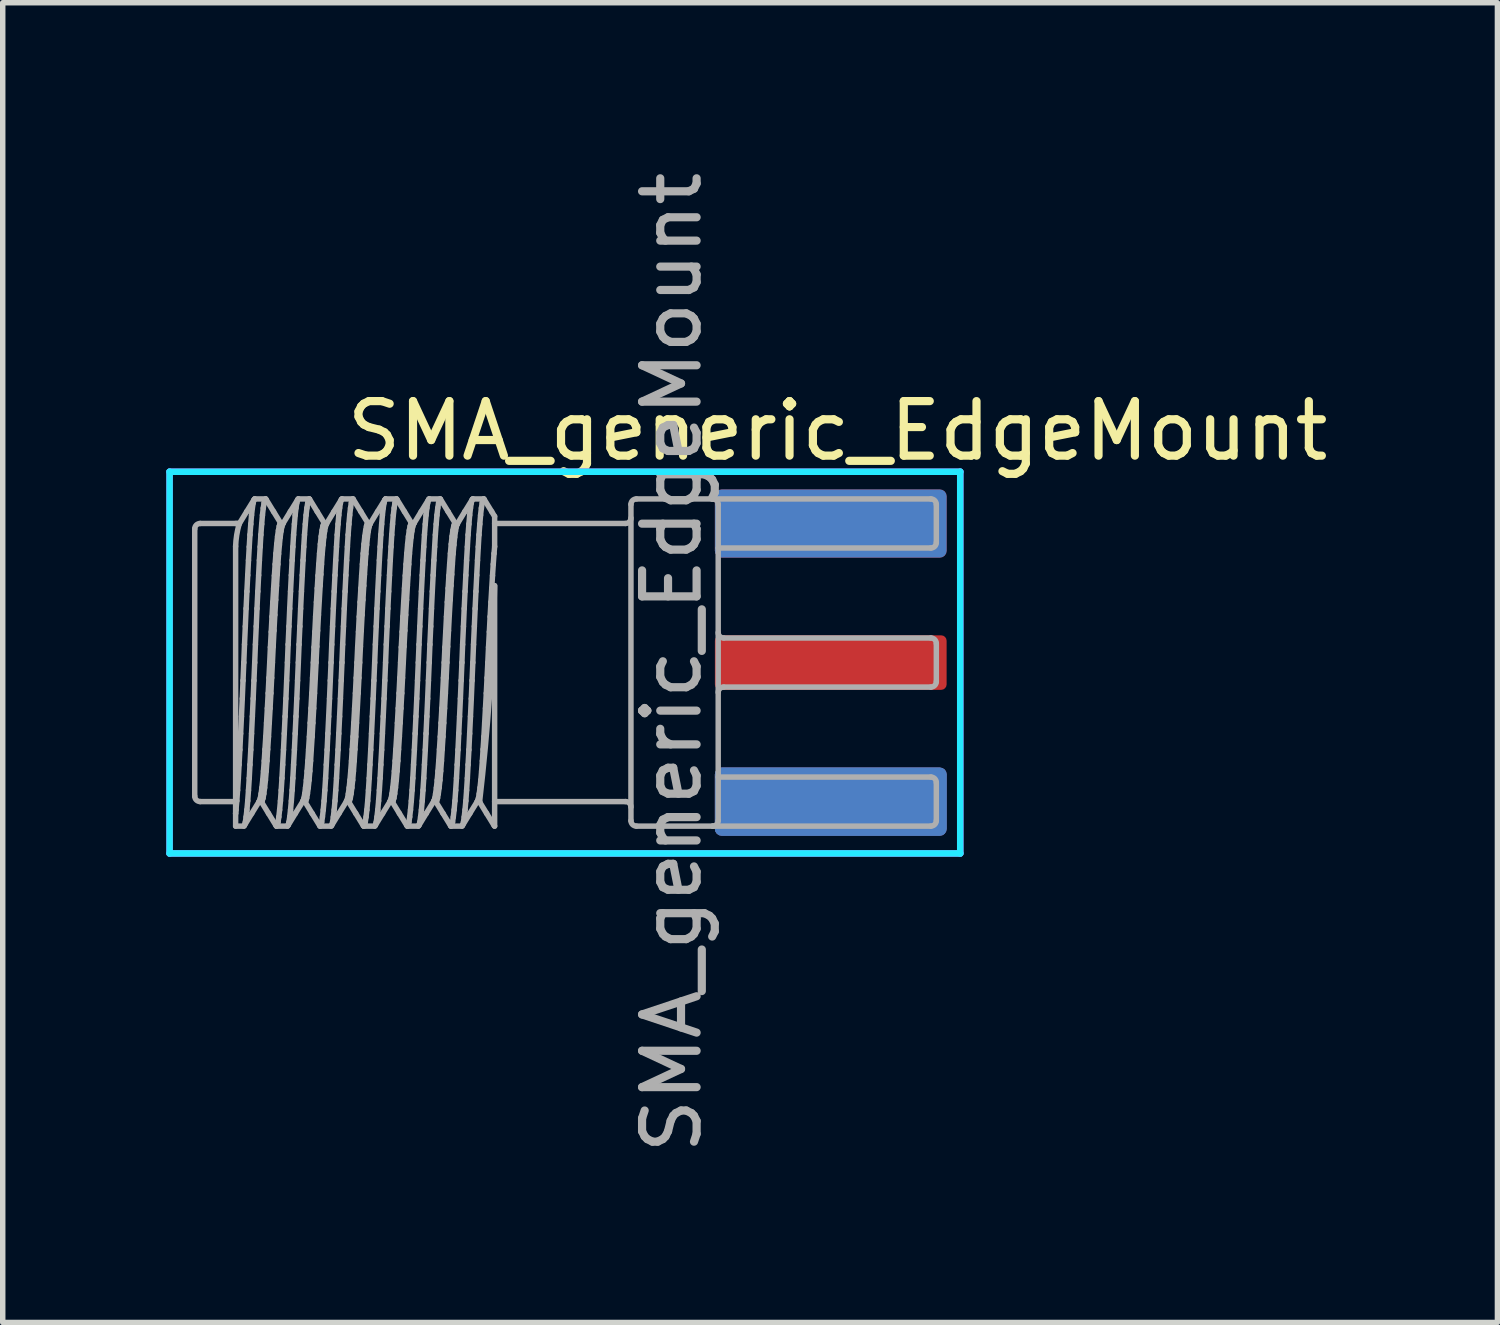
<source format=kicad_pcb>
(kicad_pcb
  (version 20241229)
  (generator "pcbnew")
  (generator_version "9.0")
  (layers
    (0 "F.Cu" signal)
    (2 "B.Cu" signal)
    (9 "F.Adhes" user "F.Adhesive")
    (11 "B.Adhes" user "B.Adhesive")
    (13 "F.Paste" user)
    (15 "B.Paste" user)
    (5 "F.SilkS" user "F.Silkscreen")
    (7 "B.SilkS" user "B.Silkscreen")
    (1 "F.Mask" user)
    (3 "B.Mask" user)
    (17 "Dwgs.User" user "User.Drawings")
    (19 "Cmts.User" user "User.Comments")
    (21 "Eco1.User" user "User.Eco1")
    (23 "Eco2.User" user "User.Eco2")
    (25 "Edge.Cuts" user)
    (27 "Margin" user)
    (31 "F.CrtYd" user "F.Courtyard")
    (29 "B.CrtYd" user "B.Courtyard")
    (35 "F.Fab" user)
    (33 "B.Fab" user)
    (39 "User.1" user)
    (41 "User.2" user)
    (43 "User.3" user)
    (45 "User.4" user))
  (footprint "SMA_generic_EdgeMount"
    (layer "F.Cu")
    (at 10.06 9.101)
    (property "Reference" "SMA_generic_EdgeMount" (at 2.25 -4.25 0) (layer "F.SilkS") (effects (font (size 1 1) (thickness 0.15))))
    (attr through_hole)
    (fp_line (start -10 -3.5) (end -10 3.5) (stroke (width 0.12) (type solid)) (layer "B.CrtYd"))
    (fp_line (start -10 3.5) (end 4.5 3.5) (stroke (width 0.12) (type solid)) (layer "B.CrtYd"))
    (fp_line (start 4.5 -3.5) (end -10 -3.5) (stroke (width 0.12) (type solid)) (layer "B.CrtYd"))
    (fp_line (start 4.5 3.5) (end 4.5 -3.5) (stroke (width 0.12) (type solid)) (layer "B.CrtYd"))
    (fp_line (start -10 -3.5) (end 4.5 -3.5) (stroke (width 0.12) (type solid)) (layer "F.CrtYd"))
    (fp_line (start -10 3.5) (end -10 -3.5) (stroke (width 0.12) (type solid)) (layer "F.CrtYd"))
    (fp_line (start 4.5 -3.5) (end 4.5 3.5) (stroke (width 0.12) (type solid)) (layer "F.CrtYd"))
    (fp_line (start 4.5 3.5) (end -10 3.5) (stroke (width 0.12) (type solid)) (layer "F.CrtYd"))
    (fp_line (start -9.539 2.449) (end -9.539 -2.451) (stroke (width 0.1) (type solid)) (layer "F.Fab"))
    (fp_line (start -9.439 2.549) (end -8.789 2.549) (stroke (width 0.1) (type solid)) (layer "F.Fab"))
    (fp_line (start -8.789 -2.551) (end -9.439 -2.551) (stroke (width 0.1) (type solid)) (layer "F.Fab"))
    (fp_line (start -8.789 -2.551) (end -8.759 -2.551) (stroke (width 0.1) (type solid)) (layer "F.Fab"))
    (fp_line (start -8.789 -2.131) (end -8.789 2.767) (stroke (width 0.1) (type solid)) (layer "F.Fab"))
    (fp_line (start -8.789 2.767) (end -8.789 2.999) (stroke (width 0.1) (type solid)) (layer "F.Fab"))
    (fp_line (start -8.789 2.999) (end -8.638 2.999) (stroke (width 0.1) (type solid)) (layer "F.Fab"))
    (fp_line (start -8.782 2.701) (end -8.789 2.767) (stroke (width 0.1) (type solid)) (layer "F.Fab"))
    (fp_line (start -8.767 2.536) (end -8.782 2.701) (stroke (width 0.1) (type solid)) (layer "F.Fab"))
    (fp_line (start -8.753 2.341) (end -8.767 2.536) (stroke (width 0.1) (type solid)) (layer "F.Fab"))
    (fp_line (start -8.739 2.12) (end -8.753 2.341) (stroke (width 0.1) (type solid)) (layer "F.Fab"))
    (fp_line (start -8.726 1.873) (end -8.739 2.12) (stroke (width 0.1) (type solid)) (layer "F.Fab"))
    (fp_line (start -8.719 -2.551) (end -8.764 -2.551) (stroke (width 0.1) (type solid)) (layer "F.Fab"))
    (fp_line (start -8.711 1.599) (end -8.726 1.873) (stroke (width 0.1) (type solid)) (layer "F.Fab"))
    (fp_line (start -8.697 1.302) (end -8.711 1.599) (stroke (width 0.1) (type solid)) (layer "F.Fab"))
    (fp_line (start -8.682 0.988) (end -8.697 1.302) (stroke (width 0.1) (type solid)) (layer "F.Fab"))
    (fp_line (start -8.667 0.661) (end -8.682 0.988) (stroke (width 0.1) (type solid)) (layer "F.Fab"))
    (fp_line (start -8.653 0.329) (end -8.667 0.661) (stroke (width 0.1) (type solid)) (layer "F.Fab"))
    (fp_line (start -8.639 -0.001) (end -8.653 0.329) (stroke (width 0.1) (type solid)) (layer "F.Fab"))
    (fp_line (start -8.631 2.992) (end -8.493 2.766) (stroke (width 0.1) (type solid)) (layer "F.Fab"))
    (fp_line (start -8.626 -0.332) (end -8.639 -0.001) (stroke (width 0.1) (type solid)) (layer "F.Fab"))
    (fp_line (start -8.626 2.98) (end -8.638 2.997) (stroke (width 0.1) (type solid)) (layer "F.Fab"))
    (fp_line (start -8.611 -0.664) (end -8.626 -0.332) (stroke (width 0.1) (type solid)) (layer "F.Fab"))
    (fp_line (start -8.611 2.925) (end -8.626 2.98) (stroke (width 0.1) (type solid)) (layer "F.Fab"))
    (fp_line (start -8.597 -0.99) (end -8.611 -0.664) (stroke (width 0.1) (type solid)) (layer "F.Fab"))
    (fp_line (start -8.597 2.831) (end -8.611 2.925) (stroke (width 0.1) (type solid)) (layer "F.Fab"))
    (fp_line (start -8.586 -2.769) (end -8.724 -2.543) (stroke (width 0.1) (type solid)) (layer "F.Fab"))
    (fp_line (start -8.582 -1.305) (end -8.597 -0.99) (stroke (width 0.1) (type solid)) (layer "F.Fab"))
    (fp_line (start -8.582 2.701) (end -8.597 2.831) (stroke (width 0.1) (type solid)) (layer "F.Fab"))
    (fp_line (start -8.567 -1.602) (end -8.582 -1.305) (stroke (width 0.1) (type solid)) (layer "F.Fab"))
    (fp_line (start -8.567 2.536) (end -8.582 2.701) (stroke (width 0.1) (type solid)) (layer "F.Fab"))
    (fp_line (start -8.553 -1.876) (end -8.567 -1.602) (stroke (width 0.1) (type solid)) (layer "F.Fab"))
    (fp_line (start -8.553 2.341) (end -8.567 2.536) (stroke (width 0.1) (type solid)) (layer "F.Fab"))
    (fp_line (start -8.539 -2.123) (end -8.553 -1.876) (stroke (width 0.1) (type solid)) (layer "F.Fab"))
    (fp_line (start -8.539 2.12) (end -8.553 2.341) (stroke (width 0.1) (type solid)) (layer "F.Fab"))
    (fp_line (start -8.526 -2.343) (end -8.539 -2.123) (stroke (width 0.1) (type solid)) (layer "F.Fab"))
    (fp_line (start -8.526 1.873) (end -8.539 2.12) (stroke (width 0.1) (type solid)) (layer "F.Fab"))
    (fp_line (start -8.511 -2.539) (end -8.526 -2.343) (stroke (width 0.1) (type solid)) (layer "F.Fab"))
    (fp_line (start -8.511 1.599) (end -8.526 1.873) (stroke (width 0.1) (type solid)) (layer "F.Fab"))
    (fp_line (start -8.497 -2.703) (end -8.511 -2.539) (stroke (width 0.1) (type solid)) (layer "F.Fab"))
    (fp_line (start -8.497 1.302) (end -8.511 1.599) (stroke (width 0.1) (type solid)) (layer "F.Fab"))
    (fp_line (start -8.493 2.766) (end -8.354 2.541) (stroke (width 0.1) (type solid)) (layer "F.Fab"))
    (fp_line (start -8.482 -2.834) (end -8.497 -2.703) (stroke (width 0.1) (type solid)) (layer "F.Fab"))
    (fp_line (start -8.482 0.988) (end -8.497 1.302) (stroke (width 0.1) (type solid)) (layer "F.Fab"))
    (fp_line (start -8.467 -2.927) (end -8.482 -2.834) (stroke (width 0.1) (type solid)) (layer "F.Fab"))
    (fp_line (start -8.467 0.661) (end -8.482 0.988) (stroke (width 0.1) (type solid)) (layer "F.Fab"))
    (fp_line (start -8.453 -2.983) (end -8.467 -2.927) (stroke (width 0.1) (type solid)) (layer "F.Fab"))
    (fp_line (start -8.453 0.329) (end -8.467 0.661) (stroke (width 0.1) (type solid)) (layer "F.Fab"))
    (fp_line (start -8.447 -2.994) (end -8.586 -2.769) (stroke (width 0.1) (type solid)) (layer "F.Fab"))
    (fp_line (start -8.439 -3.001) (end -8.453 -2.983) (stroke (width 0.1) (type solid)) (layer "F.Fab"))
    (fp_line (start -8.439 -0.001) (end -8.453 0.329) (stroke (width 0.1) (type solid)) (layer "F.Fab"))
    (fp_line (start -8.439 -3.001) (end -8.439 -3.001) (stroke (width 0.1) (type solid)) (layer "F.Fab"))
    (fp_line (start -8.426 -0.332) (end -8.439 -0.001) (stroke (width 0.1) (type solid)) (layer "F.Fab"))
    (fp_line (start -8.411 -0.664) (end -8.426 -0.332) (stroke (width 0.1) (type solid)) (layer "F.Fab"))
    (fp_line (start -8.397 -0.99) (end -8.411 -0.664) (stroke (width 0.1) (type solid)) (layer "F.Fab"))
    (fp_line (start -8.382 -1.305) (end -8.397 -0.99) (stroke (width 0.1) (type solid)) (layer "F.Fab"))
    (fp_line (start -8.367 -1.602) (end -8.382 -1.305) (stroke (width 0.1) (type solid)) (layer "F.Fab"))
    (fp_line (start -8.359 2.549) (end -8.314 2.549) (stroke (width 0.1) (type solid)) (layer "F.Fab"))
    (fp_line (start -8.354 2.537) (end -8.351 2.533) (stroke (width 0.1) (type solid)) (layer "F.Fab"))
    (fp_line (start -8.353 -1.876) (end -8.367 -1.602) (stroke (width 0.1) (type solid)) (layer "F.Fab"))
    (fp_line (start -8.351 2.533) (end -8.336 2.486) (stroke (width 0.1) (type solid)) (layer "F.Fab"))
    (fp_line (start -8.339 -2.123) (end -8.353 -1.876) (stroke (width 0.1) (type solid)) (layer "F.Fab"))
    (fp_line (start -8.336 2.486) (end -8.322 2.406) (stroke (width 0.1) (type solid)) (layer "F.Fab"))
    (fp_line (start -8.326 -2.343) (end -8.339 -2.123) (stroke (width 0.1) (type solid)) (layer "F.Fab"))
    (fp_line (start -8.322 2.406) (end -8.307 2.295) (stroke (width 0.1) (type solid)) (layer "F.Fab"))
    (fp_line (start -8.319 2.549) (end -8.186 2.766) (stroke (width 0.1) (type solid)) (layer "F.Fab"))
    (fp_line (start -8.311 -2.539) (end -8.326 -2.343) (stroke (width 0.1) (type solid)) (layer "F.Fab"))
    (fp_line (start -8.307 2.295) (end -8.292 2.155) (stroke (width 0.1) (type solid)) (layer "F.Fab"))
    (fp_line (start -8.301 2.533) (end -8.314 2.549) (stroke (width 0.1) (type solid)) (layer "F.Fab"))
    (fp_line (start -8.297 -2.703) (end -8.311 -2.539) (stroke (width 0.1) (type solid)) (layer "F.Fab"))
    (fp_line (start -8.292 2.155) (end -8.278 1.99) (stroke (width 0.1) (type solid)) (layer "F.Fab"))
    (fp_line (start -8.286 2.486) (end -8.301 2.533) (stroke (width 0.1) (type solid)) (layer "F.Fab"))
    (fp_line (start -8.282 -2.834) (end -8.297 -2.703) (stroke (width 0.1) (type solid)) (layer "F.Fab"))
    (fp_line (start -8.278 1.99) (end -8.264 1.802) (stroke (width 0.1) (type solid)) (layer "F.Fab"))
    (fp_line (start -8.272 2.406) (end -8.286 2.486) (stroke (width 0.1) (type solid)) (layer "F.Fab"))
    (fp_line (start -8.267 -2.927) (end -8.282 -2.834) (stroke (width 0.1) (type solid)) (layer "F.Fab"))
    (fp_line (start -8.264 1.802) (end -8.251 1.592) (stroke (width 0.1) (type solid)) (layer "F.Fab"))
    (fp_line (start -8.257 2.295) (end -8.272 2.406) (stroke (width 0.1) (type solid)) (layer "F.Fab"))
    (fp_line (start -8.253 -2.983) (end -8.267 -2.927) (stroke (width 0.1) (type solid)) (layer "F.Fab"))
    (fp_line (start -8.251 1.592) (end -8.236 1.359) (stroke (width 0.1) (type solid)) (layer "F.Fab"))
    (fp_line (start -8.242 2.155) (end -8.257 2.295) (stroke (width 0.1) (type solid)) (layer "F.Fab"))
    (fp_line (start -8.239 -3.001) (end -8.253 -2.983) (stroke (width 0.1) (type solid)) (layer "F.Fab"))
    (fp_line (start -8.239 -3.001) (end -8.439 -3.001) (stroke (width 0.1) (type solid)) (layer "F.Fab"))
    (fp_line (start -8.236 1.359) (end -8.222 1.107) (stroke (width 0.1) (type solid)) (layer "F.Fab"))
    (fp_line (start -8.231 -2.99) (end -8.239 -3.001) (stroke (width 0.1) (type solid)) (layer "F.Fab"))
    (fp_line (start -8.228 1.99) (end -8.242 2.155) (stroke (width 0.1) (type solid)) (layer "F.Fab"))
    (fp_line (start -8.222 1.107) (end -8.207 0.839) (stroke (width 0.1) (type solid)) (layer "F.Fab"))
    (fp_line (start -8.214 1.802) (end -8.228 1.99) (stroke (width 0.1) (type solid)) (layer "F.Fab"))
    (fp_line (start -8.207 0.839) (end -8.192 0.562) (stroke (width 0.1) (type solid)) (layer "F.Fab"))
    (fp_line (start -8.201 1.592) (end -8.214 1.802) (stroke (width 0.1) (type solid)) (layer "F.Fab"))
    (fp_line (start -8.192 0.562) (end -8.178 0.28) (stroke (width 0.1) (type solid)) (layer "F.Fab"))
    (fp_line (start -8.186 1.359) (end -8.201 1.592) (stroke (width 0.1) (type solid)) (layer "F.Fab"))
    (fp_line (start -8.186 2.766) (end -8.047 2.992) (stroke (width 0.1) (type solid)) (layer "F.Fab"))
    (fp_line (start -8.178 0.28) (end -8.164 -0.001) (stroke (width 0.1) (type solid)) (layer "F.Fab"))
    (fp_line (start -8.172 1.107) (end -8.186 1.359) (stroke (width 0.1) (type solid)) (layer "F.Fab"))
    (fp_line (start -8.164 -0.001) (end -8.151 -0.282) (stroke (width 0.1) (type solid)) (layer "F.Fab"))
    (fp_line (start -8.157 0.839) (end -8.172 1.107) (stroke (width 0.1) (type solid)) (layer "F.Fab"))
    (fp_line (start -8.151 -0.282) (end -8.136 -0.564) (stroke (width 0.1) (type solid)) (layer "F.Fab"))
    (fp_line (start -8.142 0.562) (end -8.157 0.839) (stroke (width 0.1) (type solid)) (layer "F.Fab"))
    (fp_line (start -8.136 -0.564) (end -8.122 -0.842) (stroke (width 0.1) (type solid)) (layer "F.Fab"))
    (fp_line (start -8.128 0.28) (end -8.142 0.562) (stroke (width 0.1) (type solid)) (layer "F.Fab"))
    (fp_line (start -8.122 -0.842) (end -8.107 -1.109) (stroke (width 0.1) (type solid)) (layer "F.Fab"))
    (fp_line (start -8.114 -0.001) (end -8.128 0.28) (stroke (width 0.1) (type solid)) (layer "F.Fab"))
    (fp_line (start -8.107 -1.109) (end -8.092 -1.362) (stroke (width 0.1) (type solid)) (layer "F.Fab"))
    (fp_line (start -8.1 -0.294) (end -8.114 -0.001) (stroke (width 0.1) (type solid)) (layer "F.Fab"))
    (fp_line (start -8.093 -2.769) (end -8.231 -2.994) (stroke (width 0.1) (type solid)) (layer "F.Fab"))
    (fp_line (start -8.092 -1.362) (end -8.078 -1.595) (stroke (width 0.1) (type solid)) (layer "F.Fab"))
    (fp_line (start -8.085 -0.587) (end -8.1 -0.294) (stroke (width 0.1) (type solid)) (layer "F.Fab"))
    (fp_line (start -8.078 -1.595) (end -8.064 -1.804) (stroke (width 0.1) (type solid)) (layer "F.Fab"))
    (fp_line (start -8.07 -0.874) (end -8.085 -0.587) (stroke (width 0.1) (type solid)) (layer "F.Fab"))
    (fp_line (start -8.064 -1.804) (end -8.05 -2) (stroke (width 0.1) (type solid)) (layer "F.Fab"))
    (fp_line (start -8.054 -1.151) (end -8.07 -0.874) (stroke (width 0.1) (type solid)) (layer "F.Fab"))
    (fp_line (start -8.05 -2) (end -8.035 -2.172) (stroke (width 0.1) (type solid)) (layer "F.Fab"))
    (fp_line (start -8.039 -1.41) (end -8.054 -1.151) (stroke (width 0.1) (type solid)) (layer "F.Fab"))
    (fp_line (start -8.039 2.999) (end -8.048 2.988) (stroke (width 0.1) (type solid)) (layer "F.Fab"))
    (fp_line (start -8.038 2.999) (end -7.838 2.999) (stroke (width 0.1) (type solid)) (layer "F.Fab"))
    (fp_line (start -8.035 -2.172) (end -8.02 -2.314) (stroke (width 0.1) (type solid)) (layer "F.Fab"))
    (fp_line (start -8.026 -1.617) (end -8.039 -1.41) (stroke (width 0.1) (type solid)) (layer "F.Fab"))
    (fp_line (start -8.026 2.98) (end -8.039 2.999) (stroke (width 0.1) (type solid)) (layer "F.Fab"))
    (fp_line (start -8.02 -2.314) (end -8.004 -2.425) (stroke (width 0.1) (type solid)) (layer "F.Fab"))
    (fp_line (start -8.014 -1.804) (end -8.026 -1.617) (stroke (width 0.1) (type solid)) (layer "F.Fab"))
    (fp_line (start -8.011 2.925) (end -8.026 2.98) (stroke (width 0.1) (type solid)) (layer "F.Fab"))
    (fp_line (start -8.004 -2.425) (end -7.989 -2.502) (stroke (width 0.1) (type solid)) (layer "F.Fab"))
    (fp_line (start -8.001 -1.992) (end -8.014 -1.804) (stroke (width 0.1) (type solid)) (layer "F.Fab"))
    (fp_line (start -7.997 2.831) (end -8.011 2.925) (stroke (width 0.1) (type solid)) (layer "F.Fab"))
    (fp_line (start -7.989 -2.502) (end -7.976 -2.539) (stroke (width 0.1) (type solid)) (layer "F.Fab"))
    (fp_line (start -7.986 -2.158) (end -8.001 -1.992) (stroke (width 0.1) (type solid)) (layer "F.Fab"))
    (fp_line (start -7.982 2.701) (end -7.997 2.831) (stroke (width 0.1) (type solid)) (layer "F.Fab"))
    (fp_line (start -7.976 -2.539) (end -7.964 -2.551) (stroke (width 0.1) (type solid)) (layer "F.Fab"))
    (fp_line (start -7.972 -2.298) (end -7.986 -2.158) (stroke (width 0.1) (type solid)) (layer "F.Fab"))
    (fp_line (start -7.967 2.536) (end -7.982 2.701) (stroke (width 0.1) (type solid)) (layer "F.Fab"))
    (fp_line (start -7.959 -2.551) (end -8.093 -2.769) (stroke (width 0.1) (type solid)) (layer "F.Fab"))
    (fp_line (start -7.957 -2.409) (end -7.972 -2.298) (stroke (width 0.1) (type solid)) (layer "F.Fab"))
    (fp_line (start -7.953 2.341) (end -7.967 2.536) (stroke (width 0.1) (type solid)) (layer "F.Fab"))
    (fp_line (start -7.942 -2.488) (end -7.957 -2.409) (stroke (width 0.1) (type solid)) (layer "F.Fab"))
    (fp_line (start -7.939 2.12) (end -7.953 2.341) (stroke (width 0.1) (type solid)) (layer "F.Fab"))
    (fp_line (start -7.928 -2.536) (end -7.942 -2.488) (stroke (width 0.1) (type solid)) (layer "F.Fab"))
    (fp_line (start -7.926 1.873) (end -7.939 2.12) (stroke (width 0.1) (type solid)) (layer "F.Fab"))
    (fp_line (start -7.924 -2.54) (end -7.928 -2.536) (stroke (width 0.1) (type solid)) (layer "F.Fab"))
    (fp_line (start -7.919 -2.551) (end -7.964 -2.551) (stroke (width 0.1) (type solid)) (layer "F.Fab"))
    (fp_line (start -7.911 1.599) (end -7.926 1.873) (stroke (width 0.1) (type solid)) (layer "F.Fab"))
    (fp_line (start -7.897 1.302) (end -7.911 1.599) (stroke (width 0.1) (type solid)) (layer "F.Fab"))
    (fp_line (start -7.882 0.988) (end -7.897 1.302) (stroke (width 0.1) (type solid)) (layer "F.Fab"))
    (fp_line (start -7.867 0.661) (end -7.882 0.988) (stroke (width 0.1) (type solid)) (layer "F.Fab"))
    (fp_line (start -7.853 0.329) (end -7.867 0.661) (stroke (width 0.1) (type solid)) (layer "F.Fab"))
    (fp_line (start -7.839 -0.001) (end -7.853 0.329) (stroke (width 0.1) (type solid)) (layer "F.Fab"))
    (fp_line (start -7.831 2.992) (end -7.693 2.766) (stroke (width 0.1) (type solid)) (layer "F.Fab"))
    (fp_line (start -7.826 -0.332) (end -7.839 -0.001) (stroke (width 0.1) (type solid)) (layer "F.Fab"))
    (fp_line (start -7.826 2.98) (end -7.838 2.997) (stroke (width 0.1) (type solid)) (layer "F.Fab"))
    (fp_line (start -7.811 -0.664) (end -7.826 -0.332) (stroke (width 0.1) (type solid)) (layer "F.Fab"))
    (fp_line (start -7.811 2.925) (end -7.826 2.98) (stroke (width 0.1) (type solid)) (layer "F.Fab"))
    (fp_line (start -7.797 -0.99) (end -7.811 -0.664) (stroke (width 0.1) (type solid)) (layer "F.Fab"))
    (fp_line (start -7.797 2.831) (end -7.811 2.925) (stroke (width 0.1) (type solid)) (layer "F.Fab"))
    (fp_line (start -7.786 -2.769) (end -7.924 -2.543) (stroke (width 0.1) (type solid)) (layer "F.Fab"))
    (fp_line (start -7.782 -1.305) (end -7.797 -0.99) (stroke (width 0.1) (type solid)) (layer "F.Fab"))
    (fp_line (start -7.782 2.701) (end -7.797 2.831) (stroke (width 0.1) (type solid)) (layer "F.Fab"))
    (fp_line (start -7.767 -1.602) (end -7.782 -1.305) (stroke (width 0.1) (type solid)) (layer "F.Fab"))
    (fp_line (start -7.767 2.536) (end -7.782 2.701) (stroke (width 0.1) (type solid)) (layer "F.Fab"))
    (fp_line (start -7.753 -1.876) (end -7.767 -1.602) (stroke (width 0.1) (type solid)) (layer "F.Fab"))
    (fp_line (start -7.753 2.341) (end -7.767 2.536) (stroke (width 0.1) (type solid)) (layer "F.Fab"))
    (fp_line (start -7.739 -2.123) (end -7.753 -1.876) (stroke (width 0.1) (type solid)) (layer "F.Fab"))
    (fp_line (start -7.739 2.12) (end -7.753 2.341) (stroke (width 0.1) (type solid)) (layer "F.Fab"))
    (fp_line (start -7.726 -2.343) (end -7.739 -2.123) (stroke (width 0.1) (type solid)) (layer "F.Fab"))
    (fp_line (start -7.726 1.873) (end -7.739 2.12) (stroke (width 0.1) (type solid)) (layer "F.Fab"))
    (fp_line (start -7.711 -2.539) (end -7.726 -2.343) (stroke (width 0.1) (type solid)) (layer "F.Fab"))
    (fp_line (start -7.711 1.599) (end -7.726 1.873) (stroke (width 0.1) (type solid)) (layer "F.Fab"))
    (fp_line (start -7.697 -2.703) (end -7.711 -2.539) (stroke (width 0.1) (type solid)) (layer "F.Fab"))
    (fp_line (start -7.697 1.302) (end -7.711 1.599) (stroke (width 0.1) (type solid)) (layer "F.Fab"))
    (fp_line (start -7.693 2.766) (end -7.554 2.541) (stroke (width 0.1) (type solid)) (layer "F.Fab"))
    (fp_line (start -7.682 -2.834) (end -7.697 -2.703) (stroke (width 0.1) (type solid)) (layer "F.Fab"))
    (fp_line (start -7.682 0.988) (end -7.697 1.302) (stroke (width 0.1) (type solid)) (layer "F.Fab"))
    (fp_line (start -7.667 -2.927) (end -7.682 -2.834) (stroke (width 0.1) (type solid)) (layer "F.Fab"))
    (fp_line (start -7.667 0.661) (end -7.682 0.988) (stroke (width 0.1) (type solid)) (layer "F.Fab"))
    (fp_line (start -7.653 -2.983) (end -7.667 -2.927) (stroke (width 0.1) (type solid)) (layer "F.Fab"))
    (fp_line (start -7.653 0.329) (end -7.667 0.661) (stroke (width 0.1) (type solid)) (layer "F.Fab"))
    (fp_line (start -7.647 -2.994) (end -7.786 -2.769) (stroke (width 0.1) (type solid)) (layer "F.Fab"))
    (fp_line (start -7.639 -3.001) (end -7.653 -2.983) (stroke (width 0.1) (type solid)) (layer "F.Fab"))
    (fp_line (start -7.639 -0.001) (end -7.653 0.329) (stroke (width 0.1) (type solid)) (layer "F.Fab"))
    (fp_line (start -7.639 -3.001) (end -7.639 -3.001) (stroke (width 0.1) (type solid)) (layer "F.Fab"))
    (fp_line (start -7.626 -0.332) (end -7.639 -0.001) (stroke (width 0.1) (type solid)) (layer "F.Fab"))
    (fp_line (start -7.611 -0.664) (end -7.626 -0.332) (stroke (width 0.1) (type solid)) (layer "F.Fab"))
    (fp_line (start -7.597 -0.99) (end -7.611 -0.664) (stroke (width 0.1) (type solid)) (layer "F.Fab"))
    (fp_line (start -7.582 -1.305) (end -7.597 -0.99) (stroke (width 0.1) (type solid)) (layer "F.Fab"))
    (fp_line (start -7.567 -1.602) (end -7.582 -1.305) (stroke (width 0.1) (type solid)) (layer "F.Fab"))
    (fp_line (start -7.559 2.549) (end -7.514 2.549) (stroke (width 0.1) (type solid)) (layer "F.Fab"))
    (fp_line (start -7.554 2.537) (end -7.551 2.533) (stroke (width 0.1) (type solid)) (layer "F.Fab"))
    (fp_line (start -7.553 -1.876) (end -7.567 -1.602) (stroke (width 0.1) (type solid)) (layer "F.Fab"))
    (fp_line (start -7.551 2.533) (end -7.536 2.486) (stroke (width 0.1) (type solid)) (layer "F.Fab"))
    (fp_line (start -7.539 -2.123) (end -7.553 -1.876) (stroke (width 0.1) (type solid)) (layer "F.Fab"))
    (fp_line (start -7.536 2.486) (end -7.522 2.406) (stroke (width 0.1) (type solid)) (layer "F.Fab"))
    (fp_line (start -7.526 -2.343) (end -7.539 -2.123) (stroke (width 0.1) (type solid)) (layer "F.Fab"))
    (fp_line (start -7.522 2.406) (end -7.507 2.295) (stroke (width 0.1) (type solid)) (layer "F.Fab"))
    (fp_line (start -7.519 2.549) (end -7.386 2.766) (stroke (width 0.1) (type solid)) (layer "F.Fab"))
    (fp_line (start -7.511 -2.539) (end -7.526 -2.343) (stroke (width 0.1) (type solid)) (layer "F.Fab"))
    (fp_line (start -7.507 2.295) (end -7.492 2.155) (stroke (width 0.1) (type solid)) (layer "F.Fab"))
    (fp_line (start -7.501 2.533) (end -7.514 2.549) (stroke (width 0.1) (type solid)) (layer "F.Fab"))
    (fp_line (start -7.497 -2.703) (end -7.511 -2.539) (stroke (width 0.1) (type solid)) (layer "F.Fab"))
    (fp_line (start -7.492 2.155) (end -7.478 1.99) (stroke (width 0.1) (type solid)) (layer "F.Fab"))
    (fp_line (start -7.486 2.486) (end -7.501 2.533) (stroke (width 0.1) (type solid)) (layer "F.Fab"))
    (fp_line (start -7.482 -2.834) (end -7.497 -2.703) (stroke (width 0.1) (type solid)) (layer "F.Fab"))
    (fp_line (start -7.478 1.99) (end -7.464 1.802) (stroke (width 0.1) (type solid)) (layer "F.Fab"))
    (fp_line (start -7.472 2.406) (end -7.486 2.486) (stroke (width 0.1) (type solid)) (layer "F.Fab"))
    (fp_line (start -7.467 -2.927) (end -7.482 -2.834) (stroke (width 0.1) (type solid)) (layer "F.Fab"))
    (fp_line (start -7.464 1.802) (end -7.451 1.592) (stroke (width 0.1) (type solid)) (layer "F.Fab"))
    (fp_line (start -7.457 2.295) (end -7.472 2.406) (stroke (width 0.1) (type solid)) (layer "F.Fab"))
    (fp_line (start -7.453 -2.983) (end -7.467 -2.927) (stroke (width 0.1) (type solid)) (layer "F.Fab"))
    (fp_line (start -7.451 1.592) (end -7.436 1.359) (stroke (width 0.1) (type solid)) (layer "F.Fab"))
    (fp_line (start -7.442 2.155) (end -7.457 2.295) (stroke (width 0.1) (type solid)) (layer "F.Fab"))
    (fp_line (start -7.439 -3.001) (end -7.453 -2.983) (stroke (width 0.1) (type solid)) (layer "F.Fab"))
    (fp_line (start -7.439 -3.001) (end -7.639 -3.001) (stroke (width 0.1) (type solid)) (layer "F.Fab"))
    (fp_line (start -7.436 1.359) (end -7.422 1.107) (stroke (width 0.1) (type solid)) (layer "F.Fab"))
    (fp_line (start -7.431 -2.99) (end -7.439 -3.001) (stroke (width 0.1) (type solid)) (layer "F.Fab"))
    (fp_line (start -7.428 1.99) (end -7.442 2.155) (stroke (width 0.1) (type solid)) (layer "F.Fab"))
    (fp_line (start -7.422 1.107) (end -7.407 0.839) (stroke (width 0.1) (type solid)) (layer "F.Fab"))
    (fp_line (start -7.414 1.802) (end -7.428 1.99) (stroke (width 0.1) (type solid)) (layer "F.Fab"))
    (fp_line (start -7.407 0.839) (end -7.392 0.562) (stroke (width 0.1) (type solid)) (layer "F.Fab"))
    (fp_line (start -7.401 1.592) (end -7.414 1.802) (stroke (width 0.1) (type solid)) (layer "F.Fab"))
    (fp_line (start -7.392 0.562) (end -7.378 0.28) (stroke (width 0.1) (type solid)) (layer "F.Fab"))
    (fp_line (start -7.386 1.359) (end -7.401 1.592) (stroke (width 0.1) (type solid)) (layer "F.Fab"))
    (fp_line (start -7.386 2.766) (end -7.247 2.992) (stroke (width 0.1) (type solid)) (layer "F.Fab"))
    (fp_line (start -7.378 0.28) (end -7.364 -0.001) (stroke (width 0.1) (type solid)) (layer "F.Fab"))
    (fp_line (start -7.372 1.107) (end -7.386 1.359) (stroke (width 0.1) (type solid)) (layer "F.Fab"))
    (fp_line (start -7.364 -0.001) (end -7.351 -0.282) (stroke (width 0.1) (type solid)) (layer "F.Fab"))
    (fp_line (start -7.357 0.839) (end -7.372 1.107) (stroke (width 0.1) (type solid)) (layer "F.Fab"))
    (fp_line (start -7.351 -0.282) (end -7.336 -0.564) (stroke (width 0.1) (type solid)) (layer "F.Fab"))
    (fp_line (start -7.342 0.562) (end -7.357 0.839) (stroke (width 0.1) (type solid)) (layer "F.Fab"))
    (fp_line (start -7.336 -0.564) (end -7.322 -0.842) (stroke (width 0.1) (type solid)) (layer "F.Fab"))
    (fp_line (start -7.328 0.28) (end -7.342 0.562) (stroke (width 0.1) (type solid)) (layer "F.Fab"))
    (fp_line (start -7.322 -0.842) (end -7.307 -1.109) (stroke (width 0.1) (type solid)) (layer "F.Fab"))
    (fp_line (start -7.314 -0.001) (end -7.328 0.28) (stroke (width 0.1) (type solid)) (layer "F.Fab"))
    (fp_line (start -7.307 -1.109) (end -7.292 -1.362) (stroke (width 0.1) (type solid)) (layer "F.Fab"))
    (fp_line (start -7.3 -0.294) (end -7.314 -0.001) (stroke (width 0.1) (type solid)) (layer "F.Fab"))
    (fp_line (start -7.293 -2.769) (end -7.431 -2.994) (stroke (width 0.1) (type solid)) (layer "F.Fab"))
    (fp_line (start -7.292 -1.362) (end -7.278 -1.595) (stroke (width 0.1) (type solid)) (layer "F.Fab"))
    (fp_line (start -7.285 -0.587) (end -7.3 -0.294) (stroke (width 0.1) (type solid)) (layer "F.Fab"))
    (fp_line (start -7.278 -1.595) (end -7.264 -1.804) (stroke (width 0.1) (type solid)) (layer "F.Fab"))
    (fp_line (start -7.27 -0.874) (end -7.285 -0.587) (stroke (width 0.1) (type solid)) (layer "F.Fab"))
    (fp_line (start -7.264 -1.804) (end -7.25 -2) (stroke (width 0.1) (type solid)) (layer "F.Fab"))
    (fp_line (start -7.254 -1.151) (end -7.27 -0.874) (stroke (width 0.1) (type solid)) (layer "F.Fab"))
    (fp_line (start -7.25 -2) (end -7.235 -2.172) (stroke (width 0.1) (type solid)) (layer "F.Fab"))
    (fp_line (start -7.239 -1.41) (end -7.254 -1.151) (stroke (width 0.1) (type solid)) (layer "F.Fab"))
    (fp_line (start -7.239 2.999) (end -7.248 2.988) (stroke (width 0.1) (type solid)) (layer "F.Fab"))
    (fp_line (start -7.238 2.999) (end -7.038 2.999) (stroke (width 0.1) (type solid)) (layer "F.Fab"))
    (fp_line (start -7.235 -2.172) (end -7.22 -2.314) (stroke (width 0.1) (type solid)) (layer "F.Fab"))
    (fp_line (start -7.226 -1.617) (end -7.239 -1.41) (stroke (width 0.1) (type solid)) (layer "F.Fab"))
    (fp_line (start -7.226 2.98) (end -7.239 2.999) (stroke (width 0.1) (type solid)) (layer "F.Fab"))
    (fp_line (start -7.22 -2.314) (end -7.204 -2.425) (stroke (width 0.1) (type solid)) (layer "F.Fab"))
    (fp_line (start -7.214 -1.804) (end -7.226 -1.617) (stroke (width 0.1) (type solid)) (layer "F.Fab"))
    (fp_line (start -7.211 2.925) (end -7.226 2.98) (stroke (width 0.1) (type solid)) (layer "F.Fab"))
    (fp_line (start -7.204 -2.425) (end -7.189 -2.502) (stroke (width 0.1) (type solid)) (layer "F.Fab"))
    (fp_line (start -7.201 -1.992) (end -7.214 -1.804) (stroke (width 0.1) (type solid)) (layer "F.Fab"))
    (fp_line (start -7.197 2.831) (end -7.211 2.925) (stroke (width 0.1) (type solid)) (layer "F.Fab"))
    (fp_line (start -7.189 -2.502) (end -7.176 -2.539) (stroke (width 0.1) (type solid)) (layer "F.Fab"))
    (fp_line (start -7.186 -2.158) (end -7.201 -1.992) (stroke (width 0.1) (type solid)) (layer "F.Fab"))
    (fp_line (start -7.182 2.701) (end -7.197 2.831) (stroke (width 0.1) (type solid)) (layer "F.Fab"))
    (fp_line (start -7.176 -2.539) (end -7.164 -2.551) (stroke (width 0.1) (type solid)) (layer "F.Fab"))
    (fp_line (start -7.172 -2.298) (end -7.186 -2.158) (stroke (width 0.1) (type solid)) (layer "F.Fab"))
    (fp_line (start -7.167 2.536) (end -7.182 2.701) (stroke (width 0.1) (type solid)) (layer "F.Fab"))
    (fp_line (start -7.159 -2.551) (end -7.293 -2.769) (stroke (width 0.1) (type solid)) (layer "F.Fab"))
    (fp_line (start -7.157 -2.409) (end -7.172 -2.298) (stroke (width 0.1) (type solid)) (layer "F.Fab"))
    (fp_line (start -7.153 2.341) (end -7.167 2.536) (stroke (width 0.1) (type solid)) (layer "F.Fab"))
    (fp_line (start -7.142 -2.488) (end -7.157 -2.409) (stroke (width 0.1) (type solid)) (layer "F.Fab"))
    (fp_line (start -7.139 2.12) (end -7.153 2.341) (stroke (width 0.1) (type solid)) (layer "F.Fab"))
    (fp_line (start -7.128 -2.536) (end -7.142 -2.488) (stroke (width 0.1) (type solid)) (layer "F.Fab"))
    (fp_line (start -7.126 1.873) (end -7.139 2.12) (stroke (width 0.1) (type solid)) (layer "F.Fab"))
    (fp_line (start -7.124 -2.54) (end -7.128 -2.536) (stroke (width 0.1) (type solid)) (layer "F.Fab"))
    (fp_line (start -7.119 -2.551) (end -7.164 -2.551) (stroke (width 0.1) (type solid)) (layer "F.Fab"))
    (fp_line (start -7.111 1.599) (end -7.126 1.873) (stroke (width 0.1) (type solid)) (layer "F.Fab"))
    (fp_line (start -7.097 1.302) (end -7.111 1.599) (stroke (width 0.1) (type solid)) (layer "F.Fab"))
    (fp_line (start -7.082 0.988) (end -7.097 1.302) (stroke (width 0.1) (type solid)) (layer "F.Fab"))
    (fp_line (start -7.067 0.661) (end -7.082 0.988) (stroke (width 0.1) (type solid)) (layer "F.Fab"))
    (fp_line (start -7.053 0.329) (end -7.067 0.661) (stroke (width 0.1) (type solid)) (layer "F.Fab"))
    (fp_line (start -7.039 -0.001) (end -7.053 0.329) (stroke (width 0.1) (type solid)) (layer "F.Fab"))
    (fp_line (start -7.031 2.992) (end -6.893 2.766) (stroke (width 0.1) (type solid)) (layer "F.Fab"))
    (fp_line (start -7.026 -0.332) (end -7.039 -0.001) (stroke (width 0.1) (type solid)) (layer "F.Fab"))
    (fp_line (start -7.026 2.98) (end -7.038 2.997) (stroke (width 0.1) (type solid)) (layer "F.Fab"))
    (fp_line (start -7.011 -0.664) (end -7.026 -0.332) (stroke (width 0.1) (type solid)) (layer "F.Fab"))
    (fp_line (start -7.011 2.925) (end -7.026 2.98) (stroke (width 0.1) (type solid)) (layer "F.Fab"))
    (fp_line (start -6.997 -0.99) (end -7.011 -0.664) (stroke (width 0.1) (type solid)) (layer "F.Fab"))
    (fp_line (start -6.997 2.831) (end -7.011 2.925) (stroke (width 0.1) (type solid)) (layer "F.Fab"))
    (fp_line (start -6.986 -2.769) (end -7.124 -2.543) (stroke (width 0.1) (type solid)) (layer "F.Fab"))
    (fp_line (start -6.982 -1.305) (end -6.997 -0.99) (stroke (width 0.1) (type solid)) (layer "F.Fab"))
    (fp_line (start -6.982 2.701) (end -6.997 2.831) (stroke (width 0.1) (type solid)) (layer "F.Fab"))
    (fp_line (start -6.967 -1.602) (end -6.982 -1.305) (stroke (width 0.1) (type solid)) (layer "F.Fab"))
    (fp_line (start -6.967 2.536) (end -6.982 2.701) (stroke (width 0.1) (type solid)) (layer "F.Fab"))
    (fp_line (start -6.953 -1.876) (end -6.967 -1.602) (stroke (width 0.1) (type solid)) (layer "F.Fab"))
    (fp_line (start -6.953 2.341) (end -6.967 2.536) (stroke (width 0.1) (type solid)) (layer "F.Fab"))
    (fp_line (start -6.939 -2.123) (end -6.953 -1.876) (stroke (width 0.1) (type solid)) (layer "F.Fab"))
    (fp_line (start -6.939 2.12) (end -6.953 2.341) (stroke (width 0.1) (type solid)) (layer "F.Fab"))
    (fp_line (start -6.926 -2.343) (end -6.939 -2.123) (stroke (width 0.1) (type solid)) (layer "F.Fab"))
    (fp_line (start -6.926 1.873) (end -6.939 2.12) (stroke (width 0.1) (type solid)) (layer "F.Fab"))
    (fp_line (start -6.911 -2.539) (end -6.926 -2.343) (stroke (width 0.1) (type solid)) (layer "F.Fab"))
    (fp_line (start -6.911 1.599) (end -6.926 1.873) (stroke (width 0.1) (type solid)) (layer "F.Fab"))
    (fp_line (start -6.897 -2.703) (end -6.911 -2.539) (stroke (width 0.1) (type solid)) (layer "F.Fab"))
    (fp_line (start -6.897 1.302) (end -6.911 1.599) (stroke (width 0.1) (type solid)) (layer "F.Fab"))
    (fp_line (start -6.893 2.766) (end -6.754 2.541) (stroke (width 0.1) (type solid)) (layer "F.Fab"))
    (fp_line (start -6.882 -2.834) (end -6.897 -2.703) (stroke (width 0.1) (type solid)) (layer "F.Fab"))
    (fp_line (start -6.882 0.988) (end -6.897 1.302) (stroke (width 0.1) (type solid)) (layer "F.Fab"))
    (fp_line (start -6.867 -2.927) (end -6.882 -2.834) (stroke (width 0.1) (type solid)) (layer "F.Fab"))
    (fp_line (start -6.867 0.661) (end -6.882 0.988) (stroke (width 0.1) (type solid)) (layer "F.Fab"))
    (fp_line (start -6.853 -2.983) (end -6.867 -2.927) (stroke (width 0.1) (type solid)) (layer "F.Fab"))
    (fp_line (start -6.853 0.329) (end -6.867 0.661) (stroke (width 0.1) (type solid)) (layer "F.Fab"))
    (fp_line (start -6.847 -2.994) (end -6.986 -2.769) (stroke (width 0.1) (type solid)) (layer "F.Fab"))
    (fp_line (start -6.839 -3.001) (end -6.853 -2.983) (stroke (width 0.1) (type solid)) (layer "F.Fab"))
    (fp_line (start -6.839 -0.001) (end -6.853 0.329) (stroke (width 0.1) (type solid)) (layer "F.Fab"))
    (fp_line (start -6.839 -3.001) (end -6.839 -3.001) (stroke (width 0.1) (type solid)) (layer "F.Fab"))
    (fp_line (start -6.826 -0.332) (end -6.839 -0.001) (stroke (width 0.1) (type solid)) (layer "F.Fab"))
    (fp_line (start -6.811 -0.664) (end -6.826 -0.332) (stroke (width 0.1) (type solid)) (layer "F.Fab"))
    (fp_line (start -6.797 -0.99) (end -6.811 -0.664) (stroke (width 0.1) (type solid)) (layer "F.Fab"))
    (fp_line (start -6.782 -1.305) (end -6.797 -0.99) (stroke (width 0.1) (type solid)) (layer "F.Fab"))
    (fp_line (start -6.767 -1.602) (end -6.782 -1.305) (stroke (width 0.1) (type solid)) (layer "F.Fab"))
    (fp_line (start -6.759 2.549) (end -6.714 2.549) (stroke (width 0.1) (type solid)) (layer "F.Fab"))
    (fp_line (start -6.754 2.537) (end -6.751 2.533) (stroke (width 0.1) (type solid)) (layer "F.Fab"))
    (fp_line (start -6.753 -1.876) (end -6.767 -1.602) (stroke (width 0.1) (type solid)) (layer "F.Fab"))
    (fp_line (start -6.751 2.533) (end -6.736 2.486) (stroke (width 0.1) (type solid)) (layer "F.Fab"))
    (fp_line (start -6.739 -2.123) (end -6.753 -1.876) (stroke (width 0.1) (type solid)) (layer "F.Fab"))
    (fp_line (start -6.736 2.486) (end -6.722 2.406) (stroke (width 0.1) (type solid)) (layer "F.Fab"))
    (fp_line (start -6.726 -2.343) (end -6.739 -2.123) (stroke (width 0.1) (type solid)) (layer "F.Fab"))
    (fp_line (start -6.722 2.406) (end -6.707 2.295) (stroke (width 0.1) (type solid)) (layer "F.Fab"))
    (fp_line (start -6.719 2.549) (end -6.586 2.766) (stroke (width 0.1) (type solid)) (layer "F.Fab"))
    (fp_line (start -6.711 -2.539) (end -6.726 -2.343) (stroke (width 0.1) (type solid)) (layer "F.Fab"))
    (fp_line (start -6.707 2.295) (end -6.692 2.155) (stroke (width 0.1) (type solid)) (layer "F.Fab"))
    (fp_line (start -6.701 2.533) (end -6.714 2.549) (stroke (width 0.1) (type solid)) (layer "F.Fab"))
    (fp_line (start -6.697 -2.703) (end -6.711 -2.539) (stroke (width 0.1) (type solid)) (layer "F.Fab"))
    (fp_line (start -6.692 2.155) (end -6.678 1.99) (stroke (width 0.1) (type solid)) (layer "F.Fab"))
    (fp_line (start -6.686 2.486) (end -6.701 2.533) (stroke (width 0.1) (type solid)) (layer "F.Fab"))
    (fp_line (start -6.682 -2.834) (end -6.697 -2.703) (stroke (width 0.1) (type solid)) (layer "F.Fab"))
    (fp_line (start -6.678 1.99) (end -6.664 1.802) (stroke (width 0.1) (type solid)) (layer "F.Fab"))
    (fp_line (start -6.672 2.406) (end -6.686 2.486) (stroke (width 0.1) (type solid)) (layer "F.Fab"))
    (fp_line (start -6.667 -2.927) (end -6.682 -2.834) (stroke (width 0.1) (type solid)) (layer "F.Fab"))
    (fp_line (start -6.664 1.802) (end -6.651 1.592) (stroke (width 0.1) (type solid)) (layer "F.Fab"))
    (fp_line (start -6.657 2.295) (end -6.672 2.406) (stroke (width 0.1) (type solid)) (layer "F.Fab"))
    (fp_line (start -6.653 -2.983) (end -6.667 -2.927) (stroke (width 0.1) (type solid)) (layer "F.Fab"))
    (fp_line (start -6.651 1.592) (end -6.636 1.359) (stroke (width 0.1) (type solid)) (layer "F.Fab"))
    (fp_line (start -6.642 2.155) (end -6.657 2.295) (stroke (width 0.1) (type solid)) (layer "F.Fab"))
    (fp_line (start -6.639 -3.001) (end -6.653 -2.983) (stroke (width 0.1) (type solid)) (layer "F.Fab"))
    (fp_line (start -6.639 -3.001) (end -6.839 -3.001) (stroke (width 0.1) (type solid)) (layer "F.Fab"))
    (fp_line (start -6.636 1.359) (end -6.622 1.107) (stroke (width 0.1) (type solid)) (layer "F.Fab"))
    (fp_line (start -6.631 -2.99) (end -6.639 -3.001) (stroke (width 0.1) (type solid)) (layer "F.Fab"))
    (fp_line (start -6.628 1.99) (end -6.642 2.155) (stroke (width 0.1) (type solid)) (layer "F.Fab"))
    (fp_line (start -6.622 1.107) (end -6.607 0.839) (stroke (width 0.1) (type solid)) (layer "F.Fab"))
    (fp_line (start -6.614 1.802) (end -6.628 1.99) (stroke (width 0.1) (type solid)) (layer "F.Fab"))
    (fp_line (start -6.607 0.839) (end -6.592 0.562) (stroke (width 0.1) (type solid)) (layer "F.Fab"))
    (fp_line (start -6.601 1.592) (end -6.614 1.802) (stroke (width 0.1) (type solid)) (layer "F.Fab"))
    (fp_line (start -6.592 0.562) (end -6.578 0.28) (stroke (width 0.1) (type solid)) (layer "F.Fab"))
    (fp_line (start -6.586 1.359) (end -6.601 1.592) (stroke (width 0.1) (type solid)) (layer "F.Fab"))
    (fp_line (start -6.586 2.766) (end -6.447 2.992) (stroke (width 0.1) (type solid)) (layer "F.Fab"))
    (fp_line (start -6.578 0.28) (end -6.564 -0.001) (stroke (width 0.1) (type solid)) (layer "F.Fab"))
    (fp_line (start -6.572 1.107) (end -6.586 1.359) (stroke (width 0.1) (type solid)) (layer "F.Fab"))
    (fp_line (start -6.564 -0.001) (end -6.551 -0.282) (stroke (width 0.1) (type solid)) (layer "F.Fab"))
    (fp_line (start -6.557 0.839) (end -6.572 1.107) (stroke (width 0.1) (type solid)) (layer "F.Fab"))
    (fp_line (start -6.551 -0.282) (end -6.536 -0.564) (stroke (width 0.1) (type solid)) (layer "F.Fab"))
    (fp_line (start -6.542 0.562) (end -6.557 0.839) (stroke (width 0.1) (type solid)) (layer "F.Fab"))
    (fp_line (start -6.536 -0.564) (end -6.522 -0.842) (stroke (width 0.1) (type solid)) (layer "F.Fab"))
    (fp_line (start -6.528 0.28) (end -6.542 0.562) (stroke (width 0.1) (type solid)) (layer "F.Fab"))
    (fp_line (start -6.522 -0.842) (end -6.507 -1.109) (stroke (width 0.1) (type solid)) (layer "F.Fab"))
    (fp_line (start -6.514 -0.001) (end -6.528 0.28) (stroke (width 0.1) (type solid)) (layer "F.Fab"))
    (fp_line (start -6.507 -1.109) (end -6.492 -1.362) (stroke (width 0.1) (type solid)) (layer "F.Fab"))
    (fp_line (start -6.5 -0.294) (end -6.514 -0.001) (stroke (width 0.1) (type solid)) (layer "F.Fab"))
    (fp_line (start -6.493 -2.769) (end -6.631 -2.994) (stroke (width 0.1) (type solid)) (layer "F.Fab"))
    (fp_line (start -6.492 -1.362) (end -6.478 -1.595) (stroke (width 0.1) (type solid)) (layer "F.Fab"))
    (fp_line (start -6.485 -0.587) (end -6.5 -0.294) (stroke (width 0.1) (type solid)) (layer "F.Fab"))
    (fp_line (start -6.478 -1.595) (end -6.464 -1.804) (stroke (width 0.1) (type solid)) (layer "F.Fab"))
    (fp_line (start -6.47 -0.874) (end -6.485 -0.587) (stroke (width 0.1) (type solid)) (layer "F.Fab"))
    (fp_line (start -6.464 -1.804) (end -6.45 -2) (stroke (width 0.1) (type solid)) (layer "F.Fab"))
    (fp_line (start -6.454 -1.151) (end -6.47 -0.874) (stroke (width 0.1) (type solid)) (layer "F.Fab"))
    (fp_line (start -6.45 -2) (end -6.435 -2.172) (stroke (width 0.1) (type solid)) (layer "F.Fab"))
    (fp_line (start -6.439 -1.41) (end -6.454 -1.151) (stroke (width 0.1) (type solid)) (layer "F.Fab"))
    (fp_line (start -6.439 2.999) (end -6.448 2.988) (stroke (width 0.1) (type solid)) (layer "F.Fab"))
    (fp_line (start -6.438 2.999) (end -6.238 2.999) (stroke (width 0.1) (type solid)) (layer "F.Fab"))
    (fp_line (start -6.435 -2.172) (end -6.42 -2.314) (stroke (width 0.1) (type solid)) (layer "F.Fab"))
    (fp_line (start -6.426 -1.617) (end -6.439 -1.41) (stroke (width 0.1) (type solid)) (layer "F.Fab"))
    (fp_line (start -6.426 2.98) (end -6.439 2.999) (stroke (width 0.1) (type solid)) (layer "F.Fab"))
    (fp_line (start -6.42 -2.314) (end -6.404 -2.425) (stroke (width 0.1) (type solid)) (layer "F.Fab"))
    (fp_line (start -6.414 -1.804) (end -6.426 -1.617) (stroke (width 0.1) (type solid)) (layer "F.Fab"))
    (fp_line (start -6.411 2.925) (end -6.426 2.98) (stroke (width 0.1) (type solid)) (layer "F.Fab"))
    (fp_line (start -6.404 -2.425) (end -6.389 -2.502) (stroke (width 0.1) (type solid)) (layer "F.Fab"))
    (fp_line (start -6.401 -1.992) (end -6.414 -1.804) (stroke (width 0.1) (type solid)) (layer "F.Fab"))
    (fp_line (start -6.397 2.831) (end -6.411 2.925) (stroke (width 0.1) (type solid)) (layer "F.Fab"))
    (fp_line (start -6.389 -2.502) (end -6.376 -2.539) (stroke (width 0.1) (type solid)) (layer "F.Fab"))
    (fp_line (start -6.386 -2.158) (end -6.401 -1.992) (stroke (width 0.1) (type solid)) (layer "F.Fab"))
    (fp_line (start -6.382 2.701) (end -6.397 2.831) (stroke (width 0.1) (type solid)) (layer "F.Fab"))
    (fp_line (start -6.376 -2.539) (end -6.364 -2.551) (stroke (width 0.1) (type solid)) (layer "F.Fab"))
    (fp_line (start -6.372 -2.298) (end -6.386 -2.158) (stroke (width 0.1) (type solid)) (layer "F.Fab"))
    (fp_line (start -6.367 2.536) (end -6.382 2.701) (stroke (width 0.1) (type solid)) (layer "F.Fab"))
    (fp_line (start -6.359 -2.551) (end -6.493 -2.769) (stroke (width 0.1) (type solid)) (layer "F.Fab"))
    (fp_line (start -6.357 -2.409) (end -6.372 -2.298) (stroke (width 0.1) (type solid)) (layer "F.Fab"))
    (fp_line (start -6.353 2.341) (end -6.367 2.536) (stroke (width 0.1) (type solid)) (layer "F.Fab"))
    (fp_line (start -6.342 -2.488) (end -6.357 -2.409) (stroke (width 0.1) (type solid)) (layer "F.Fab"))
    (fp_line (start -6.339 2.12) (end -6.353 2.341) (stroke (width 0.1) (type solid)) (layer "F.Fab"))
    (fp_line (start -6.328 -2.536) (end -6.342 -2.488) (stroke (width 0.1) (type solid)) (layer "F.Fab"))
    (fp_line (start -6.326 1.873) (end -6.339 2.12) (stroke (width 0.1) (type solid)) (layer "F.Fab"))
    (fp_line (start -6.324 -2.54) (end -6.328 -2.536) (stroke (width 0.1) (type solid)) (layer "F.Fab"))
    (fp_line (start -6.319 -2.551) (end -6.364 -2.551) (stroke (width 0.1) (type solid)) (layer "F.Fab"))
    (fp_line (start -6.311 1.599) (end -6.326 1.873) (stroke (width 0.1) (type solid)) (layer "F.Fab"))
    (fp_line (start -6.297 1.302) (end -6.311 1.599) (stroke (width 0.1) (type solid)) (layer "F.Fab"))
    (fp_line (start -6.282 0.988) (end -6.297 1.302) (stroke (width 0.1) (type solid)) (layer "F.Fab"))
    (fp_line (start -6.267 0.661) (end -6.282 0.988) (stroke (width 0.1) (type solid)) (layer "F.Fab"))
    (fp_line (start -6.253 0.329) (end -6.267 0.661) (stroke (width 0.1) (type solid)) (layer "F.Fab"))
    (fp_line (start -6.239 -0.001) (end -6.253 0.329) (stroke (width 0.1) (type solid)) (layer "F.Fab"))
    (fp_line (start -6.231 2.992) (end -6.093 2.766) (stroke (width 0.1) (type solid)) (layer "F.Fab"))
    (fp_line (start -6.226 -0.332) (end -6.239 -0.001) (stroke (width 0.1) (type solid)) (layer "F.Fab"))
    (fp_line (start -6.226 2.98) (end -6.238 2.997) (stroke (width 0.1) (type solid)) (layer "F.Fab"))
    (fp_line (start -6.211 -0.664) (end -6.226 -0.332) (stroke (width 0.1) (type solid)) (layer "F.Fab"))
    (fp_line (start -6.211 2.925) (end -6.226 2.98) (stroke (width 0.1) (type solid)) (layer "F.Fab"))
    (fp_line (start -6.197 -0.99) (end -6.211 -0.664) (stroke (width 0.1) (type solid)) (layer "F.Fab"))
    (fp_line (start -6.197 2.831) (end -6.211 2.925) (stroke (width 0.1) (type solid)) (layer "F.Fab"))
    (fp_line (start -6.186 -2.769) (end -6.324 -2.543) (stroke (width 0.1) (type solid)) (layer "F.Fab"))
    (fp_line (start -6.182 -1.305) (end -6.197 -0.99) (stroke (width 0.1) (type solid)) (layer "F.Fab"))
    (fp_line (start -6.182 2.701) (end -6.197 2.831) (stroke (width 0.1) (type solid)) (layer "F.Fab"))
    (fp_line (start -6.167 -1.602) (end -6.182 -1.305) (stroke (width 0.1) (type solid)) (layer "F.Fab"))
    (fp_line (start -6.167 2.536) (end -6.182 2.701) (stroke (width 0.1) (type solid)) (layer "F.Fab"))
    (fp_line (start -6.153 -1.876) (end -6.167 -1.602) (stroke (width 0.1) (type solid)) (layer "F.Fab"))
    (fp_line (start -6.153 2.341) (end -6.167 2.536) (stroke (width 0.1) (type solid)) (layer "F.Fab"))
    (fp_line (start -6.139 -2.123) (end -6.153 -1.876) (stroke (width 0.1) (type solid)) (layer "F.Fab"))
    (fp_line (start -6.139 2.12) (end -6.153 2.341) (stroke (width 0.1) (type solid)) (layer "F.Fab"))
    (fp_line (start -6.126 -2.343) (end -6.139 -2.123) (stroke (width 0.1) (type solid)) (layer "F.Fab"))
    (fp_line (start -6.126 1.873) (end -6.139 2.12) (stroke (width 0.1) (type solid)) (layer "F.Fab"))
    (fp_line (start -6.111 -2.539) (end -6.126 -2.343) (stroke (width 0.1) (type solid)) (layer "F.Fab"))
    (fp_line (start -6.111 1.599) (end -6.126 1.873) (stroke (width 0.1) (type solid)) (layer "F.Fab"))
    (fp_line (start -6.097 -2.703) (end -6.111 -2.539) (stroke (width 0.1) (type solid)) (layer "F.Fab"))
    (fp_line (start -6.097 1.302) (end -6.111 1.599) (stroke (width 0.1) (type solid)) (layer "F.Fab"))
    (fp_line (start -6.093 2.766) (end -5.954 2.541) (stroke (width 0.1) (type solid)) (layer "F.Fab"))
    (fp_line (start -6.082 -2.834) (end -6.097 -2.703) (stroke (width 0.1) (type solid)) (layer "F.Fab"))
    (fp_line (start -6.082 0.988) (end -6.097 1.302) (stroke (width 0.1) (type solid)) (layer "F.Fab"))
    (fp_line (start -6.067 -2.927) (end -6.082 -2.834) (stroke (width 0.1) (type solid)) (layer "F.Fab"))
    (fp_line (start -6.067 0.661) (end -6.082 0.988) (stroke (width 0.1) (type solid)) (layer "F.Fab"))
    (fp_line (start -6.053 -2.983) (end -6.067 -2.927) (stroke (width 0.1) (type solid)) (layer "F.Fab"))
    (fp_line (start -6.053 0.329) (end -6.067 0.661) (stroke (width 0.1) (type solid)) (layer "F.Fab"))
    (fp_line (start -6.047 -2.994) (end -6.186 -2.769) (stroke (width 0.1) (type solid)) (layer "F.Fab"))
    (fp_line (start -6.039 -3.001) (end -6.053 -2.983) (stroke (width 0.1) (type solid)) (layer "F.Fab"))
    (fp_line (start -6.039 -0.001) (end -6.053 0.329) (stroke (width 0.1) (type solid)) (layer "F.Fab"))
    (fp_line (start -6.039 -3.001) (end -6.039 -3.001) (stroke (width 0.1) (type solid)) (layer "F.Fab"))
    (fp_line (start -6.026 -0.332) (end -6.039 -0.001) (stroke (width 0.1) (type solid)) (layer "F.Fab"))
    (fp_line (start -6.011 -0.664) (end -6.026 -0.332) (stroke (width 0.1) (type solid)) (layer "F.Fab"))
    (fp_line (start -5.997 -0.99) (end -6.011 -0.664) (stroke (width 0.1) (type solid)) (layer "F.Fab"))
    (fp_line (start -5.982 -1.305) (end -5.997 -0.99) (stroke (width 0.1) (type solid)) (layer "F.Fab"))
    (fp_line (start -5.967 -1.602) (end -5.982 -1.305) (stroke (width 0.1) (type solid)) (layer "F.Fab"))
    (fp_line (start -5.959 2.549) (end -5.914 2.549) (stroke (width 0.1) (type solid)) (layer "F.Fab"))
    (fp_line (start -5.954 2.537) (end -5.951 2.533) (stroke (width 0.1) (type solid)) (layer "F.Fab"))
    (fp_line (start -5.953 -1.876) (end -5.967 -1.602) (stroke (width 0.1) (type solid)) (layer "F.Fab"))
    (fp_line (start -5.951 2.533) (end -5.936 2.486) (stroke (width 0.1) (type solid)) (layer "F.Fab"))
    (fp_line (start -5.939 -2.123) (end -5.953 -1.876) (stroke (width 0.1) (type solid)) (layer "F.Fab"))
    (fp_line (start -5.936 2.486) (end -5.922 2.406) (stroke (width 0.1) (type solid)) (layer "F.Fab"))
    (fp_line (start -5.926 -2.343) (end -5.939 -2.123) (stroke (width 0.1) (type solid)) (layer "F.Fab"))
    (fp_line (start -5.922 2.406) (end -5.907 2.295) (stroke (width 0.1) (type solid)) (layer "F.Fab"))
    (fp_line (start -5.919 2.549) (end -5.786 2.766) (stroke (width 0.1) (type solid)) (layer "F.Fab"))
    (fp_line (start -5.911 -2.539) (end -5.926 -2.343) (stroke (width 0.1) (type solid)) (layer "F.Fab"))
    (fp_line (start -5.907 2.295) (end -5.892 2.155) (stroke (width 0.1) (type solid)) (layer "F.Fab"))
    (fp_line (start -5.901 2.533) (end -5.914 2.549) (stroke (width 0.1) (type solid)) (layer "F.Fab"))
    (fp_line (start -5.897 -2.703) (end -5.911 -2.539) (stroke (width 0.1) (type solid)) (layer "F.Fab"))
    (fp_line (start -5.892 2.155) (end -5.878 1.99) (stroke (width 0.1) (type solid)) (layer "F.Fab"))
    (fp_line (start -5.886 2.486) (end -5.901 2.533) (stroke (width 0.1) (type solid)) (layer "F.Fab"))
    (fp_line (start -5.882 -2.834) (end -5.897 -2.703) (stroke (width 0.1) (type solid)) (layer "F.Fab"))
    (fp_line (start -5.878 1.99) (end -5.864 1.802) (stroke (width 0.1) (type solid)) (layer "F.Fab"))
    (fp_line (start -5.872 2.406) (end -5.886 2.486) (stroke (width 0.1) (type solid)) (layer "F.Fab"))
    (fp_line (start -5.867 -2.927) (end -5.882 -2.834) (stroke (width 0.1) (type solid)) (layer "F.Fab"))
    (fp_line (start -5.864 1.802) (end -5.851 1.592) (stroke (width 0.1) (type solid)) (layer "F.Fab"))
    (fp_line (start -5.857 2.295) (end -5.872 2.406) (stroke (width 0.1) (type solid)) (layer "F.Fab"))
    (fp_line (start -5.853 -2.983) (end -5.867 -2.927) (stroke (width 0.1) (type solid)) (layer "F.Fab"))
    (fp_line (start -5.851 1.592) (end -5.836 1.359) (stroke (width 0.1) (type solid)) (layer "F.Fab"))
    (fp_line (start -5.842 2.155) (end -5.857 2.295) (stroke (width 0.1) (type solid)) (layer "F.Fab"))
    (fp_line (start -5.839 -3.001) (end -5.853 -2.983) (stroke (width 0.1) (type solid)) (layer "F.Fab"))
    (fp_line (start -5.839 -3.001) (end -6.039 -3.001) (stroke (width 0.1) (type solid)) (layer "F.Fab"))
    (fp_line (start -5.836 1.359) (end -5.822 1.107) (stroke (width 0.1) (type solid)) (layer "F.Fab"))
    (fp_line (start -5.831 -2.99) (end -5.839 -3.001) (stroke (width 0.1) (type solid)) (layer "F.Fab"))
    (fp_line (start -5.828 1.99) (end -5.842 2.155) (stroke (width 0.1) (type solid)) (layer "F.Fab"))
    (fp_line (start -5.822 1.107) (end -5.807 0.839) (stroke (width 0.1) (type solid)) (layer "F.Fab"))
    (fp_line (start -5.814 1.802) (end -5.828 1.99) (stroke (width 0.1) (type solid)) (layer "F.Fab"))
    (fp_line (start -5.807 0.839) (end -5.792 0.562) (stroke (width 0.1) (type solid)) (layer "F.Fab"))
    (fp_line (start -5.801 1.592) (end -5.814 1.802) (stroke (width 0.1) (type solid)) (layer "F.Fab"))
    (fp_line (start -5.792 0.562) (end -5.778 0.28) (stroke (width 0.1) (type solid)) (layer "F.Fab"))
    (fp_line (start -5.786 1.359) (end -5.801 1.592) (stroke (width 0.1) (type solid)) (layer "F.Fab"))
    (fp_line (start -5.786 2.766) (end -5.647 2.992) (stroke (width 0.1) (type solid)) (layer "F.Fab"))
    (fp_line (start -5.778 0.28) (end -5.764 -0.001) (stroke (width 0.1) (type solid)) (layer "F.Fab"))
    (fp_line (start -5.772 1.107) (end -5.786 1.359) (stroke (width 0.1) (type solid)) (layer "F.Fab"))
    (fp_line (start -5.764 -0.001) (end -5.751 -0.282) (stroke (width 0.1) (type solid)) (layer "F.Fab"))
    (fp_line (start -5.757 0.839) (end -5.772 1.107) (stroke (width 0.1) (type solid)) (layer "F.Fab"))
    (fp_line (start -5.751 -0.282) (end -5.736 -0.564) (stroke (width 0.1) (type solid)) (layer "F.Fab"))
    (fp_line (start -5.742 0.562) (end -5.757 0.839) (stroke (width 0.1) (type solid)) (layer "F.Fab"))
    (fp_line (start -5.736 -0.564) (end -5.722 -0.842) (stroke (width 0.1) (type solid)) (layer "F.Fab"))
    (fp_line (start -5.728 0.28) (end -5.742 0.562) (stroke (width 0.1) (type solid)) (layer "F.Fab"))
    (fp_line (start -5.722 -0.842) (end -5.707 -1.109) (stroke (width 0.1) (type solid)) (layer "F.Fab"))
    (fp_line (start -5.714 -0.001) (end -5.728 0.28) (stroke (width 0.1) (type solid)) (layer "F.Fab"))
    (fp_line (start -5.707 -1.109) (end -5.692 -1.362) (stroke (width 0.1) (type solid)) (layer "F.Fab"))
    (fp_line (start -5.7 -0.294) (end -5.714 -0.001) (stroke (width 0.1) (type solid)) (layer "F.Fab"))
    (fp_line (start -5.693 -2.769) (end -5.831 -2.994) (stroke (width 0.1) (type solid)) (layer "F.Fab"))
    (fp_line (start -5.692 -1.362) (end -5.678 -1.595) (stroke (width 0.1) (type solid)) (layer "F.Fab"))
    (fp_line (start -5.685 -0.587) (end -5.7 -0.294) (stroke (width 0.1) (type solid)) (layer "F.Fab"))
    (fp_line (start -5.678 -1.595) (end -5.664 -1.804) (stroke (width 0.1) (type solid)) (layer "F.Fab"))
    (fp_line (start -5.67 -0.874) (end -5.685 -0.587) (stroke (width 0.1) (type solid)) (layer "F.Fab"))
    (fp_line (start -5.664 -1.804) (end -5.65 -2) (stroke (width 0.1) (type solid)) (layer "F.Fab"))
    (fp_line (start -5.654 -1.151) (end -5.67 -0.874) (stroke (width 0.1) (type solid)) (layer "F.Fab"))
    (fp_line (start -5.65 -2) (end -5.635 -2.172) (stroke (width 0.1) (type solid)) (layer "F.Fab"))
    (fp_line (start -5.639 -1.41) (end -5.654 -1.151) (stroke (width 0.1) (type solid)) (layer "F.Fab"))
    (fp_line (start -5.639 2.999) (end -5.648 2.988) (stroke (width 0.1) (type solid)) (layer "F.Fab"))
    (fp_line (start -5.638 2.999) (end -5.438 2.999) (stroke (width 0.1) (type solid)) (layer "F.Fab"))
    (fp_line (start -5.635 -2.172) (end -5.62 -2.314) (stroke (width 0.1) (type solid)) (layer "F.Fab"))
    (fp_line (start -5.626 -1.617) (end -5.639 -1.41) (stroke (width 0.1) (type solid)) (layer "F.Fab"))
    (fp_line (start -5.626 2.98) (end -5.639 2.999) (stroke (width 0.1) (type solid)) (layer "F.Fab"))
    (fp_line (start -5.62 -2.314) (end -5.604 -2.425) (stroke (width 0.1) (type solid)) (layer "F.Fab"))
    (fp_line (start -5.614 -1.804) (end -5.626 -1.617) (stroke (width 0.1) (type solid)) (layer "F.Fab"))
    (fp_line (start -5.611 2.925) (end -5.626 2.98) (stroke (width 0.1) (type solid)) (layer "F.Fab"))
    (fp_line (start -5.604 -2.425) (end -5.589 -2.502) (stroke (width 0.1) (type solid)) (layer "F.Fab"))
    (fp_line (start -5.601 -1.992) (end -5.614 -1.804) (stroke (width 0.1) (type solid)) (layer "F.Fab"))
    (fp_line (start -5.597 2.831) (end -5.611 2.925) (stroke (width 0.1) (type solid)) (layer "F.Fab"))
    (fp_line (start -5.589 -2.502) (end -5.576 -2.539) (stroke (width 0.1) (type solid)) (layer "F.Fab"))
    (fp_line (start -5.586 -2.158) (end -5.601 -1.992) (stroke (width 0.1) (type solid)) (layer "F.Fab"))
    (fp_line (start -5.582 2.701) (end -5.597 2.831) (stroke (width 0.1) (type solid)) (layer "F.Fab"))
    (fp_line (start -5.576 -2.539) (end -5.564 -2.551) (stroke (width 0.1) (type solid)) (layer "F.Fab"))
    (fp_line (start -5.572 -2.298) (end -5.586 -2.158) (stroke (width 0.1) (type solid)) (layer "F.Fab"))
    (fp_line (start -5.567 2.536) (end -5.582 2.701) (stroke (width 0.1) (type solid)) (layer "F.Fab"))
    (fp_line (start -5.559 -2.551) (end -5.693 -2.769) (stroke (width 0.1) (type solid)) (layer "F.Fab"))
    (fp_line (start -5.557 -2.409) (end -5.572 -2.298) (stroke (width 0.1) (type solid)) (layer "F.Fab"))
    (fp_line (start -5.553 2.341) (end -5.567 2.536) (stroke (width 0.1) (type solid)) (layer "F.Fab"))
    (fp_line (start -5.542 -2.488) (end -5.557 -2.409) (stroke (width 0.1) (type solid)) (layer "F.Fab"))
    (fp_line (start -5.539 2.12) (end -5.553 2.341) (stroke (width 0.1) (type solid)) (layer "F.Fab"))
    (fp_line (start -5.528 -2.536) (end -5.542 -2.488) (stroke (width 0.1) (type solid)) (layer "F.Fab"))
    (fp_line (start -5.526 1.873) (end -5.539 2.12) (stroke (width 0.1) (type solid)) (layer "F.Fab"))
    (fp_line (start -5.524 -2.54) (end -5.528 -2.536) (stroke (width 0.1) (type solid)) (layer "F.Fab"))
    (fp_line (start -5.519 -2.551) (end -5.564 -2.551) (stroke (width 0.1) (type solid)) (layer "F.Fab"))
    (fp_line (start -5.511 1.599) (end -5.526 1.873) (stroke (width 0.1) (type solid)) (layer "F.Fab"))
    (fp_line (start -5.497 1.302) (end -5.511 1.599) (stroke (width 0.1) (type solid)) (layer "F.Fab"))
    (fp_line (start -5.482 0.988) (end -5.497 1.302) (stroke (width 0.1) (type solid)) (layer "F.Fab"))
    (fp_line (start -5.467 0.661) (end -5.482 0.988) (stroke (width 0.1) (type solid)) (layer "F.Fab"))
    (fp_line (start -5.453 0.329) (end -5.467 0.661) (stroke (width 0.1) (type solid)) (layer "F.Fab"))
    (fp_line (start -5.439 -0.001) (end -5.453 0.329) (stroke (width 0.1) (type solid)) (layer "F.Fab"))
    (fp_line (start -5.431 2.992) (end -5.293 2.766) (stroke (width 0.1) (type solid)) (layer "F.Fab"))
    (fp_line (start -5.426 -0.332) (end -5.439 -0.001) (stroke (width 0.1) (type solid)) (layer "F.Fab"))
    (fp_line (start -5.426 2.98) (end -5.438 2.997) (stroke (width 0.1) (type solid)) (layer "F.Fab"))
    (fp_line (start -5.411 -0.664) (end -5.426 -0.332) (stroke (width 0.1) (type solid)) (layer "F.Fab"))
    (fp_line (start -5.411 2.925) (end -5.426 2.98) (stroke (width 0.1) (type solid)) (layer "F.Fab"))
    (fp_line (start -5.397 -0.99) (end -5.411 -0.664) (stroke (width 0.1) (type solid)) (layer "F.Fab"))
    (fp_line (start -5.397 2.831) (end -5.411 2.925) (stroke (width 0.1) (type solid)) (layer "F.Fab"))
    (fp_line (start -5.386 -2.769) (end -5.524 -2.543) (stroke (width 0.1) (type solid)) (layer "F.Fab"))
    (fp_line (start -5.382 -1.305) (end -5.397 -0.99) (stroke (width 0.1) (type solid)) (layer "F.Fab"))
    (fp_line (start -5.382 2.701) (end -5.397 2.831) (stroke (width 0.1) (type solid)) (layer "F.Fab"))
    (fp_line (start -5.367 -1.602) (end -5.382 -1.305) (stroke (width 0.1) (type solid)) (layer "F.Fab"))
    (fp_line (start -5.367 2.536) (end -5.382 2.701) (stroke (width 0.1) (type solid)) (layer "F.Fab"))
    (fp_line (start -5.353 -1.876) (end -5.367 -1.602) (stroke (width 0.1) (type solid)) (layer "F.Fab"))
    (fp_line (start -5.353 2.341) (end -5.367 2.536) (stroke (width 0.1) (type solid)) (layer "F.Fab"))
    (fp_line (start -5.339 -2.123) (end -5.353 -1.876) (stroke (width 0.1) (type solid)) (layer "F.Fab"))
    (fp_line (start -5.339 2.12) (end -5.353 2.341) (stroke (width 0.1) (type solid)) (layer "F.Fab"))
    (fp_line (start -5.326 -2.343) (end -5.339 -2.123) (stroke (width 0.1) (type solid)) (layer "F.Fab"))
    (fp_line (start -5.326 1.873) (end -5.339 2.12) (stroke (width 0.1) (type solid)) (layer "F.Fab"))
    (fp_line (start -5.311 -2.539) (end -5.326 -2.343) (stroke (width 0.1) (type solid)) (layer "F.Fab"))
    (fp_line (start -5.311 1.599) (end -5.326 1.873) (stroke (width 0.1) (type solid)) (layer "F.Fab"))
    (fp_line (start -5.297 -2.703) (end -5.311 -2.539) (stroke (width 0.1) (type solid)) (layer "F.Fab"))
    (fp_line (start -5.297 1.302) (end -5.311 1.599) (stroke (width 0.1) (type solid)) (layer "F.Fab"))
    (fp_line (start -5.293 2.766) (end -5.154 2.541) (stroke (width 0.1) (type solid)) (layer "F.Fab"))
    (fp_line (start -5.282 -2.834) (end -5.297 -2.703) (stroke (width 0.1) (type solid)) (layer "F.Fab"))
    (fp_line (start -5.282 0.988) (end -5.297 1.302) (stroke (width 0.1) (type solid)) (layer "F.Fab"))
    (fp_line (start -5.267 -2.927) (end -5.282 -2.834) (stroke (width 0.1) (type solid)) (layer "F.Fab"))
    (fp_line (start -5.267 0.661) (end -5.282 0.988) (stroke (width 0.1) (type solid)) (layer "F.Fab"))
    (fp_line (start -5.253 -2.983) (end -5.267 -2.927) (stroke (width 0.1) (type solid)) (layer "F.Fab"))
    (fp_line (start -5.253 0.329) (end -5.267 0.661) (stroke (width 0.1) (type solid)) (layer "F.Fab"))
    (fp_line (start -5.247 -2.994) (end -5.386 -2.769) (stroke (width 0.1) (type solid)) (layer "F.Fab"))
    (fp_line (start -5.239 -3.001) (end -5.253 -2.983) (stroke (width 0.1) (type solid)) (layer "F.Fab"))
    (fp_line (start -5.239 -0.001) (end -5.253 0.329) (stroke (width 0.1) (type solid)) (layer "F.Fab"))
    (fp_line (start -5.239 -3.001) (end -5.239 -3.001) (stroke (width 0.1) (type solid)) (layer "F.Fab"))
    (fp_line (start -5.226 -0.332) (end -5.239 -0.001) (stroke (width 0.1) (type solid)) (layer "F.Fab"))
    (fp_line (start -5.211 -0.664) (end -5.226 -0.332) (stroke (width 0.1) (type solid)) (layer "F.Fab"))
    (fp_line (start -5.197 -0.99) (end -5.211 -0.664) (stroke (width 0.1) (type solid)) (layer "F.Fab"))
    (fp_line (start -5.182 -1.305) (end -5.197 -0.99) (stroke (width 0.1) (type solid)) (layer "F.Fab"))
    (fp_line (start -5.167 -1.602) (end -5.182 -1.305) (stroke (width 0.1) (type solid)) (layer "F.Fab"))
    (fp_line (start -5.159 2.549) (end -5.114 2.549) (stroke (width 0.1) (type solid)) (layer "F.Fab"))
    (fp_line (start -5.154 2.537) (end -5.151 2.533) (stroke (width 0.1) (type solid)) (layer "F.Fab"))
    (fp_line (start -5.153 -1.876) (end -5.167 -1.602) (stroke (width 0.1) (type solid)) (layer "F.Fab"))
    (fp_line (start -5.151 2.533) (end -5.136 2.486) (stroke (width 0.1) (type solid)) (layer "F.Fab"))
    (fp_line (start -5.139 -2.123) (end -5.153 -1.876) (stroke (width 0.1) (type solid)) (layer "F.Fab"))
    (fp_line (start -5.136 2.486) (end -5.122 2.406) (stroke (width 0.1) (type solid)) (layer "F.Fab"))
    (fp_line (start -5.126 -2.343) (end -5.139 -2.123) (stroke (width 0.1) (type solid)) (layer "F.Fab"))
    (fp_line (start -5.122 2.406) (end -5.107 2.295) (stroke (width 0.1) (type solid)) (layer "F.Fab"))
    (fp_line (start -5.119 2.549) (end -4.986 2.766) (stroke (width 0.1) (type solid)) (layer "F.Fab"))
    (fp_line (start -5.111 -2.539) (end -5.126 -2.343) (stroke (width 0.1) (type solid)) (layer "F.Fab"))
    (fp_line (start -5.107 2.295) (end -5.092 2.155) (stroke (width 0.1) (type solid)) (layer "F.Fab"))
    (fp_line (start -5.101 2.533) (end -5.114 2.549) (stroke (width 0.1) (type solid)) (layer "F.Fab"))
    (fp_line (start -5.097 -2.703) (end -5.111 -2.539) (stroke (width 0.1) (type solid)) (layer "F.Fab"))
    (fp_line (start -5.092 2.155) (end -5.078 1.99) (stroke (width 0.1) (type solid)) (layer "F.Fab"))
    (fp_line (start -5.086 2.486) (end -5.101 2.533) (stroke (width 0.1) (type solid)) (layer "F.Fab"))
    (fp_line (start -5.082 -2.834) (end -5.097 -2.703) (stroke (width 0.1) (type solid)) (layer "F.Fab"))
    (fp_line (start -5.078 1.99) (end -5.064 1.802) (stroke (width 0.1) (type solid)) (layer "F.Fab"))
    (fp_line (start -5.072 2.406) (end -5.086 2.486) (stroke (width 0.1) (type solid)) (layer "F.Fab"))
    (fp_line (start -5.067 -2.927) (end -5.082 -2.834) (stroke (width 0.1) (type solid)) (layer "F.Fab"))
    (fp_line (start -5.064 1.802) (end -5.051 1.592) (stroke (width 0.1) (type solid)) (layer "F.Fab"))
    (fp_line (start -5.057 2.295) (end -5.072 2.406) (stroke (width 0.1) (type solid)) (layer "F.Fab"))
    (fp_line (start -5.053 -2.983) (end -5.067 -2.927) (stroke (width 0.1) (type solid)) (layer "F.Fab"))
    (fp_line (start -5.051 1.592) (end -5.036 1.359) (stroke (width 0.1) (type solid)) (layer "F.Fab"))
    (fp_line (start -5.042 2.155) (end -5.057 2.295) (stroke (width 0.1) (type solid)) (layer "F.Fab"))
    (fp_line (start -5.039 -3.001) (end -5.053 -2.983) (stroke (width 0.1) (type solid)) (layer "F.Fab"))
    (fp_line (start -5.039 -3.001) (end -5.239 -3.001) (stroke (width 0.1) (type solid)) (layer "F.Fab"))
    (fp_line (start -5.036 1.359) (end -5.022 1.107) (stroke (width 0.1) (type solid)) (layer "F.Fab"))
    (fp_line (start -5.031 -2.99) (end -5.039 -3.001) (stroke (width 0.1) (type solid)) (layer "F.Fab"))
    (fp_line (start -5.028 1.99) (end -5.042 2.155) (stroke (width 0.1) (type solid)) (layer "F.Fab"))
    (fp_line (start -5.022 1.107) (end -5.007 0.839) (stroke (width 0.1) (type solid)) (layer "F.Fab"))
    (fp_line (start -5.014 1.802) (end -5.028 1.99) (stroke (width 0.1) (type solid)) (layer "F.Fab"))
    (fp_line (start -5.007 0.839) (end -4.992 0.562) (stroke (width 0.1) (type solid)) (layer "F.Fab"))
    (fp_line (start -5.001 1.592) (end -5.014 1.802) (stroke (width 0.1) (type solid)) (layer "F.Fab"))
    (fp_line (start -4.992 0.562) (end -4.978 0.28) (stroke (width 0.1) (type solid)) (layer "F.Fab"))
    (fp_line (start -4.986 1.359) (end -5.001 1.592) (stroke (width 0.1) (type solid)) (layer "F.Fab"))
    (fp_line (start -4.986 2.766) (end -4.847 2.992) (stroke (width 0.1) (type solid)) (layer "F.Fab"))
    (fp_line (start -4.978 0.28) (end -4.964 -0.001) (stroke (width 0.1) (type solid)) (layer "F.Fab"))
    (fp_line (start -4.972 1.107) (end -4.986 1.359) (stroke (width 0.1) (type solid)) (layer "F.Fab"))
    (fp_line (start -4.964 -0.001) (end -4.951 -0.282) (stroke (width 0.1) (type solid)) (layer "F.Fab"))
    (fp_line (start -4.957 0.839) (end -4.972 1.107) (stroke (width 0.1) (type solid)) (layer "F.Fab"))
    (fp_line (start -4.951 -0.282) (end -4.936 -0.564) (stroke (width 0.1) (type solid)) (layer "F.Fab"))
    (fp_line (start -4.942 0.562) (end -4.957 0.839) (stroke (width 0.1) (type solid)) (layer "F.Fab"))
    (fp_line (start -4.936 -0.564) (end -4.922 -0.842) (stroke (width 0.1) (type solid)) (layer "F.Fab"))
    (fp_line (start -4.928 0.28) (end -4.942 0.562) (stroke (width 0.1) (type solid)) (layer "F.Fab"))
    (fp_line (start -4.922 -0.842) (end -4.907 -1.109) (stroke (width 0.1) (type solid)) (layer "F.Fab"))
    (fp_line (start -4.914 -0.001) (end -4.928 0.28) (stroke (width 0.1) (type solid)) (layer "F.Fab"))
    (fp_line (start -4.907 -1.109) (end -4.892 -1.362) (stroke (width 0.1) (type solid)) (layer "F.Fab"))
    (fp_line (start -4.9 -0.294) (end -4.914 -0.001) (stroke (width 0.1) (type solid)) (layer "F.Fab"))
    (fp_line (start -4.893 -2.769) (end -5.031 -2.994) (stroke (width 0.1) (type solid)) (layer "F.Fab"))
    (fp_line (start -4.892 -1.362) (end -4.878 -1.595) (stroke (width 0.1) (type solid)) (layer "F.Fab"))
    (fp_line (start -4.885 -0.587) (end -4.9 -0.294) (stroke (width 0.1) (type solid)) (layer "F.Fab"))
    (fp_line (start -4.878 -1.595) (end -4.864 -1.804) (stroke (width 0.1) (type solid)) (layer "F.Fab"))
    (fp_line (start -4.87 -0.874) (end -4.885 -0.587) (stroke (width 0.1) (type solid)) (layer "F.Fab"))
    (fp_line (start -4.864 -1.804) (end -4.85 -2) (stroke (width 0.1) (type solid)) (layer "F.Fab"))
    (fp_line (start -4.854 -1.151) (end -4.87 -0.874) (stroke (width 0.1) (type solid)) (layer "F.Fab"))
    (fp_line (start -4.85 -2) (end -4.835 -2.172) (stroke (width 0.1) (type solid)) (layer "F.Fab"))
    (fp_line (start -4.839 -1.41) (end -4.854 -1.151) (stroke (width 0.1) (type solid)) (layer "F.Fab"))
    (fp_line (start -4.839 2.999) (end -4.848 2.988) (stroke (width 0.1) (type solid)) (layer "F.Fab"))
    (fp_line (start -4.838 2.999) (end -4.638 2.999) (stroke (width 0.1) (type solid)) (layer "F.Fab"))
    (fp_line (start -4.835 -2.172) (end -4.82 -2.314) (stroke (width 0.1) (type solid)) (layer "F.Fab"))
    (fp_line (start -4.826 -1.617) (end -4.839 -1.41) (stroke (width 0.1) (type solid)) (layer "F.Fab"))
    (fp_line (start -4.826 2.98) (end -4.839 2.999) (stroke (width 0.1) (type solid)) (layer "F.Fab"))
    (fp_line (start -4.82 -2.314) (end -4.804 -2.425) (stroke (width 0.1) (type solid)) (layer "F.Fab"))
    (fp_line (start -4.814 -1.804) (end -4.826 -1.617) (stroke (width 0.1) (type solid)) (layer "F.Fab"))
    (fp_line (start -4.811 2.925) (end -4.826 2.98) (stroke (width 0.1) (type solid)) (layer "F.Fab"))
    (fp_line (start -4.804 -2.425) (end -4.789 -2.502) (stroke (width 0.1) (type solid)) (layer "F.Fab"))
    (fp_line (start -4.801 -1.992) (end -4.814 -1.804) (stroke (width 0.1) (type solid)) (layer "F.Fab"))
    (fp_line (start -4.797 2.831) (end -4.811 2.925) (stroke (width 0.1) (type solid)) (layer "F.Fab"))
    (fp_line (start -4.789 -2.502) (end -4.776 -2.539) (stroke (width 0.1) (type solid)) (layer "F.Fab"))
    (fp_line (start -4.786 -2.158) (end -4.801 -1.992) (stroke (width 0.1) (type solid)) (layer "F.Fab"))
    (fp_line (start -4.782 2.701) (end -4.797 2.831) (stroke (width 0.1) (type solid)) (layer "F.Fab"))
    (fp_line (start -4.776 -2.539) (end -4.764 -2.551) (stroke (width 0.1) (type solid)) (layer "F.Fab"))
    (fp_line (start -4.772 -2.298) (end -4.786 -2.158) (stroke (width 0.1) (type solid)) (layer "F.Fab"))
    (fp_line (start -4.767 2.536) (end -4.782 2.701) (stroke (width 0.1) (type solid)) (layer "F.Fab"))
    (fp_line (start -4.759 -2.551) (end -4.893 -2.769) (stroke (width 0.1) (type solid)) (layer "F.Fab"))
    (fp_line (start -4.757 -2.409) (end -4.772 -2.298) (stroke (width 0.1) (type solid)) (layer "F.Fab"))
    (fp_line (start -4.753 2.341) (end -4.767 2.536) (stroke (width 0.1) (type solid)) (layer "F.Fab"))
    (fp_line (start -4.742 -2.488) (end -4.757 -2.409) (stroke (width 0.1) (type solid)) (layer "F.Fab"))
    (fp_line (start -4.739 2.12) (end -4.753 2.341) (stroke (width 0.1) (type solid)) (layer "F.Fab"))
    (fp_line (start -4.728 -2.536) (end -4.742 -2.488) (stroke (width 0.1) (type solid)) (layer "F.Fab"))
    (fp_line (start -4.726 1.873) (end -4.739 2.12) (stroke (width 0.1) (type solid)) (layer "F.Fab"))
    (fp_line (start -4.724 -2.54) (end -4.728 -2.536) (stroke (width 0.1) (type solid)) (layer "F.Fab"))
    (fp_line (start -4.719 -2.551) (end -4.764 -2.551) (stroke (width 0.1) (type solid)) (layer "F.Fab"))
    (fp_line (start -4.711 1.599) (end -4.726 1.873) (stroke (width 0.1) (type solid)) (layer "F.Fab"))
    (fp_line (start -4.697 1.302) (end -4.711 1.599) (stroke (width 0.1) (type solid)) (layer "F.Fab"))
    (fp_line (start -4.682 0.988) (end -4.697 1.302) (stroke (width 0.1) (type solid)) (layer "F.Fab"))
    (fp_line (start -4.667 0.661) (end -4.682 0.988) (stroke (width 0.1) (type solid)) (layer "F.Fab"))
    (fp_line (start -4.653 0.329) (end -4.667 0.661) (stroke (width 0.1) (type solid)) (layer "F.Fab"))
    (fp_line (start -4.639 -0.001) (end -4.653 0.329) (stroke (width 0.1) (type solid)) (layer "F.Fab"))
    (fp_line (start -4.631 2.992) (end -4.493 2.766) (stroke (width 0.1) (type solid)) (layer "F.Fab"))
    (fp_line (start -4.626 -0.332) (end -4.639 -0.001) (stroke (width 0.1) (type solid)) (layer "F.Fab"))
    (fp_line (start -4.626 2.98) (end -4.638 2.997) (stroke (width 0.1) (type solid)) (layer "F.Fab"))
    (fp_line (start -4.611 -0.664) (end -4.626 -0.332) (stroke (width 0.1) (type solid)) (layer "F.Fab"))
    (fp_line (start -4.611 2.925) (end -4.626 2.98) (stroke (width 0.1) (type solid)) (layer "F.Fab"))
    (fp_line (start -4.597 -0.99) (end -4.611 -0.664) (stroke (width 0.1) (type solid)) (layer "F.Fab"))
    (fp_line (start -4.597 2.831) (end -4.611 2.925) (stroke (width 0.1) (type solid)) (layer "F.Fab"))
    (fp_line (start -4.586 -2.769) (end -4.724 -2.543) (stroke (width 0.1) (type solid)) (layer "F.Fab"))
    (fp_line (start -4.582 -1.305) (end -4.597 -0.99) (stroke (width 0.1) (type solid)) (layer "F.Fab"))
    (fp_line (start -4.582 2.701) (end -4.597 2.831) (stroke (width 0.1) (type solid)) (layer "F.Fab"))
    (fp_line (start -4.567 -1.602) (end -4.582 -1.305) (stroke (width 0.1) (type solid)) (layer "F.Fab"))
    (fp_line (start -4.567 2.536) (end -4.582 2.701) (stroke (width 0.1) (type solid)) (layer "F.Fab"))
    (fp_line (start -4.553 -1.876) (end -4.567 -1.602) (stroke (width 0.1) (type solid)) (layer "F.Fab"))
    (fp_line (start -4.553 2.341) (end -4.567 2.536) (stroke (width 0.1) (type solid)) (layer "F.Fab"))
    (fp_line (start -4.539 -2.123) (end -4.553 -1.876) (stroke (width 0.1) (type solid)) (layer "F.Fab"))
    (fp_line (start -4.539 2.12) (end -4.553 2.341) (stroke (width 0.1) (type solid)) (layer "F.Fab"))
    (fp_line (start -4.526 -2.343) (end -4.539 -2.123) (stroke (width 0.1) (type solid)) (layer "F.Fab"))
    (fp_line (start -4.526 1.873) (end -4.539 2.12) (stroke (width 0.1) (type solid)) (layer "F.Fab"))
    (fp_line (start -4.511 -2.539) (end -4.526 -2.343) (stroke (width 0.1) (type solid)) (layer "F.Fab"))
    (fp_line (start -4.511 1.599) (end -4.526 1.873) (stroke (width 0.1) (type solid)) (layer "F.Fab"))
    (fp_line (start -4.497 -2.703) (end -4.511 -2.539) (stroke (width 0.1) (type solid)) (layer "F.Fab"))
    (fp_line (start -4.497 1.302) (end -4.511 1.599) (stroke (width 0.1) (type solid)) (layer "F.Fab"))
    (fp_line (start -4.493 2.766) (end -4.354 2.541) (stroke (width 0.1) (type solid)) (layer "F.Fab"))
    (fp_line (start -4.482 -2.834) (end -4.497 -2.703) (stroke (width 0.1) (type solid)) (layer "F.Fab"))
    (fp_line (start -4.482 0.988) (end -4.497 1.302) (stroke (width 0.1) (type solid)) (layer "F.Fab"))
    (fp_line (start -4.467 -2.927) (end -4.482 -2.834) (stroke (width 0.1) (type solid)) (layer "F.Fab"))
    (fp_line (start -4.467 0.661) (end -4.482 0.988) (stroke (width 0.1) (type solid)) (layer "F.Fab"))
    (fp_line (start -4.453 -2.983) (end -4.467 -2.927) (stroke (width 0.1) (type solid)) (layer "F.Fab"))
    (fp_line (start -4.453 0.329) (end -4.467 0.661) (stroke (width 0.1) (type solid)) (layer "F.Fab"))
    (fp_line (start -4.447 -2.994) (end -4.586 -2.769) (stroke (width 0.1) (type solid)) (layer "F.Fab"))
    (fp_line (start -4.439 -3.001) (end -4.453 -2.983) (stroke (width 0.1) (type solid)) (layer "F.Fab"))
    (fp_line (start -4.439 -0.001) (end -4.453 0.329) (stroke (width 0.1) (type solid)) (layer "F.Fab"))
    (fp_line (start -4.439 -3.001) (end -4.439 -3.001) (stroke (width 0.1) (type solid)) (layer "F.Fab"))
    (fp_line (start -4.426 -0.332) (end -4.439 -0.001) (stroke (width 0.1) (type solid)) (layer "F.Fab"))
    (fp_line (start -4.411 -0.664) (end -4.426 -0.332) (stroke (width 0.1) (type solid)) (layer "F.Fab"))
    (fp_line (start -4.397 -0.99) (end -4.411 -0.664) (stroke (width 0.1) (type solid)) (layer "F.Fab"))
    (fp_line (start -4.382 -1.305) (end -4.397 -0.99) (stroke (width 0.1) (type solid)) (layer "F.Fab"))
    (fp_line (start -4.367 -1.602) (end -4.382 -1.305) (stroke (width 0.1) (type solid)) (layer "F.Fab"))
    (fp_line (start -4.359 2.549) (end -4.314 2.549) (stroke (width 0.1) (type solid)) (layer "F.Fab"))
    (fp_line (start -4.354 2.537) (end -4.351 2.533) (stroke (width 0.1) (type solid)) (layer "F.Fab"))
    (fp_line (start -4.353 -1.876) (end -4.367 -1.602) (stroke (width 0.1) (type solid)) (layer "F.Fab"))
    (fp_line (start -4.351 2.533) (end -4.336 2.486) (stroke (width 0.1) (type solid)) (layer "F.Fab"))
    (fp_line (start -4.339 -2.123) (end -4.353 -1.876) (stroke (width 0.1) (type solid)) (layer "F.Fab"))
    (fp_line (start -4.336 2.486) (end -4.322 2.406) (stroke (width 0.1) (type solid)) (layer "F.Fab"))
    (fp_line (start -4.326 -2.343) (end -4.339 -2.123) (stroke (width 0.1) (type solid)) (layer "F.Fab"))
    (fp_line (start -4.322 2.406) (end -4.307 2.295) (stroke (width 0.1) (type solid)) (layer "F.Fab"))
    (fp_line (start -4.319 2.549) (end -4.186 2.766) (stroke (width 0.1) (type solid)) (layer "F.Fab"))
    (fp_line (start -4.311 -2.539) (end -4.326 -2.343) (stroke (width 0.1) (type solid)) (layer "F.Fab"))
    (fp_line (start -4.307 2.295) (end -4.292 2.155) (stroke (width 0.1) (type solid)) (layer "F.Fab"))
    (fp_line (start -4.297 -2.703) (end -4.311 -2.539) (stroke (width 0.1) (type solid)) (layer "F.Fab"))
    (fp_line (start -4.292 2.155) (end -4.278 1.99) (stroke (width 0.1) (type solid)) (layer "F.Fab"))
    (fp_line (start -4.282 -2.834) (end -4.297 -2.703) (stroke (width 0.1) (type solid)) (layer "F.Fab"))
    (fp_line (start -4.278 1.99) (end -4.264 1.802) (stroke (width 0.1) (type solid)) (layer "F.Fab"))
    (fp_line (start -4.267 -2.927) (end -4.282 -2.834) (stroke (width 0.1) (type solid)) (layer "F.Fab"))
    (fp_line (start -4.264 1.802) (end -4.251 1.592) (stroke (width 0.1) (type solid)) (layer "F.Fab"))
    (fp_line (start -4.253 -2.983) (end -4.267 -2.927) (stroke (width 0.1) (type solid)) (layer "F.Fab"))
    (fp_line (start -4.251 1.592) (end -4.236 1.359) (stroke (width 0.1) (type solid)) (layer "F.Fab"))
    (fp_line (start -4.239 -3.001) (end -4.253 -2.983) (stroke (width 0.1) (type solid)) (layer "F.Fab"))
    (fp_line (start -4.239 -3.001) (end -4.439 -3.001) (stroke (width 0.1) (type solid)) (layer "F.Fab"))
    (fp_line (start -4.236 1.359) (end -4.222 1.107) (stroke (width 0.1) (type solid)) (layer "F.Fab"))
    (fp_line (start -4.231 -2.99) (end -4.239 -3.001) (stroke (width 0.1) (type solid)) (layer "F.Fab"))
    (fp_line (start -4.222 1.107) (end -4.207 0.839) (stroke (width 0.1) (type solid)) (layer "F.Fab"))
    (fp_line (start -4.207 0.839) (end -4.192 0.562) (stroke (width 0.1) (type solid)) (layer "F.Fab"))
    (fp_line (start -4.192 0.562) (end -4.178 0.28) (stroke (width 0.1) (type solid)) (layer "F.Fab"))
    (fp_line (start -4.186 2.766) (end -4.047 2.992) (stroke (width 0.1) (type solid)) (layer "F.Fab"))
    (fp_line (start -4.178 0.28) (end -4.164 -0.001) (stroke (width 0.1) (type solid)) (layer "F.Fab"))
    (fp_line (start -4.164 -0.001) (end -4.151 -0.282) (stroke (width 0.1) (type solid)) (layer "F.Fab"))
    (fp_line (start -4.151 -0.282) (end -4.136 -0.564) (stroke (width 0.1) (type solid)) (layer "F.Fab"))
    (fp_line (start -4.136 -0.564) (end -4.122 -0.842) (stroke (width 0.1) (type solid)) (layer "F.Fab"))
    (fp_line (start -4.122 -0.842) (end -4.107 -1.109) (stroke (width 0.1) (type solid)) (layer "F.Fab"))
    (fp_line (start -4.107 -1.109) (end -4.092 -1.362) (stroke (width 0.1) (type solid)) (layer "F.Fab"))
    (fp_line (start -4.093 -2.769) (end -4.231 -2.994) (stroke (width 0.1) (type solid)) (layer "F.Fab"))
    (fp_line (start -4.092 -1.362) (end -4.078 -1.595) (stroke (width 0.1) (type solid)) (layer "F.Fab"))
    (fp_line (start -4.078 -1.595) (end -4.064 -1.804) (stroke (width 0.1) (type solid)) (layer "F.Fab"))
    (fp_line (start -4.064 -1.804) (end -4.05 -2) (stroke (width 0.1) (type solid)) (layer "F.Fab"))
    (fp_line (start -4.05 -2) (end -4.039 -2.127) (stroke (width 0.1) (type solid)) (layer "F.Fab"))
    (fp_line (start -4.039 -2.127) (end -4.039 -2.681) (stroke (width 0.1) (type solid)) (layer "F.Fab"))
    (fp_line (start -4.039 2.549) (end -1.639 2.549) (stroke (width 0.1) (type solid)) (layer "F.Fab"))
    (fp_line (start -4.039 2.999) (end -4.048 2.988) (stroke (width 0.1) (type solid)) (layer "F.Fab"))
    (fp_line (start -4.039 2.999) (end -4.039 -1.41) (stroke (width 0.1) (type solid)) (layer "F.Fab"))
    (fp_line (start -4.039 -2.681) (end -4.093 -2.769) (stroke (width 0.1) (type solid)) (layer "F.Fab"))
    (fp_line (start -1.639 -2.551) (end -4.039 -2.551) (stroke (width 0.1) (type solid)) (layer "F.Fab"))
    (fp_line (start -1.539 2.899) (end -1.539 -2.901) (stroke (width 0.1) (type solid)) (layer "F.Fab"))
    (fp_line (start -1.439 -3.001) (end -0.039 -3.001) (stroke (width 0.1) (type solid)) (layer "F.Fab"))
    (fp_line (start -0.039 -3.001) (end 3.961 -3.001) (stroke (width 0.1) (type solid)) (layer "F.Fab"))
    (fp_line (start -0.039 2.999) (end -1.439 2.999) (stroke (width 0.1) (type solid)) (layer "F.Fab"))
    (fp_line (start 0.061 -2.901) (end 0.061 2.899) (stroke (width 0.1) (type solid)) (layer "F.Fab"))
    (fp_line (start 0.061 2.099) (end 3.961 2.099) (stroke (width 0.1) (type solid)) (layer "F.Fab"))
    (fp_line (start 0.161 0.449) (end 3.961 0.449) (stroke (width 0.1) (type solid)) (layer "F.Fab"))
    (fp_line (start 3.961 -2.101) (end 0.061 -2.101) (stroke (width 0.1) (type solid)) (layer "F.Fab"))
    (fp_line (start 3.961 -0.451) (end 0.161 -0.451) (stroke (width 0.1) (type solid)) (layer "F.Fab"))
    (fp_line (start 3.961 2.999) (end -0.039 2.999) (stroke (width 0.1) (type solid)) (layer "F.Fab"))
    (fp_line (start 4.061 -2.901) (end 4.061 -2.201) (stroke (width 0.1) (type solid)) (layer "F.Fab"))
    (fp_line (start 4.061 -0.351) (end 4.061 0.349) (stroke (width 0.1) (type solid)) (layer "F.Fab"))
    (fp_line (start 4.061 2.199) (end 4.061 2.899) (stroke (width 0.1) (type solid)) (layer "F.Fab"))
    (fp_arc (start -9.539229 -2.451274) (mid -9.50994 -2.521985) (end -9.439229 -2.551274) (stroke (width 0.1) (type solid)) (layer "F.Fab"))
    (fp_arc (start -9.439229 2.548726) (mid -9.50994 2.519437) (end -9.539229 2.448726) (stroke (width 0.1) (type solid)) (layer "F.Fab"))
    (fp_arc (start -8.788893 -2.130609) (mid -8.769363 -2.337394) (end -8.724027 -2.540091) (stroke (width 0.1) (type solid)) (layer "F.Fab"))
    (fp_arc (start -4.03923 -1.409867) (mid -4.13065 0.572631) (end -4.31423 2.548726) (stroke (width 0.1) (type solid)) (layer "F.Fab"))
    (fp_arc (start -1.639229 2.548726) (mid -1.568518 2.578015) (end -1.539229 2.648726) (stroke (width 0.1) (type solid)) (layer "F.Fab"))
    (fp_arc (start -1.539229 -2.901274) (mid -1.50994 -2.971985) (end -1.439229 -3.001274) (stroke (width 0.1) (type solid)) (layer "F.Fab"))
    (fp_arc (start -1.539229 -2.651274) (mid -1.568518 -2.580563) (end -1.639229 -2.551274) (stroke (width 0.1) (type solid)) (layer "F.Fab"))
    (fp_arc (start -1.439229 2.998726) (mid -1.50994 2.969437) (end -1.539229 2.898726) (stroke (width 0.1) (type solid)) (layer "F.Fab"))
    (fp_arc (start -0.039229 -3.001274) (mid 0.031482 -2.971985) (end 0.060771 -2.901274) (stroke (width 0.1) (type solid)) (layer "F.Fab"))
    (fp_arc (start 0.060771 0.548726) (mid 0.09006 0.478015) (end 0.160771 0.448726) (stroke (width 0.1) (type solid)) (layer "F.Fab"))
    (fp_arc (start 0.060771 2.898726) (mid 0.031482 2.969437) (end -0.039229 2.998726) (stroke (width 0.1) (type solid)) (layer "F.Fab"))
    (fp_arc (start 0.160771 -0.451274) (mid 0.09006 -0.480563) (end 0.060771 -0.551274) (stroke (width 0.1) (type solid)) (layer "F.Fab"))
    (fp_arc (start 3.960771 -3.001274) (mid 4.031482 -2.971985) (end 4.060771 -2.901274) (stroke (width 0.1) (type solid)) (layer "F.Fab"))
    (fp_arc (start 3.960771 -0.451274) (mid 4.031482 -0.421985) (end 4.060771 -0.351274) (stroke (width 0.1) (type solid)) (layer "F.Fab"))
    (fp_arc (start 3.960771 2.098726) (mid 4.031482 2.128015) (end 4.060771 2.198726) (stroke (width 0.1) (type solid)) (layer "F.Fab"))
    (fp_arc (start 4.060771 -2.201274) (mid 4.031482 -2.130563) (end 3.960771 -2.101274) (stroke (width 0.1) (type solid)) (layer "F.Fab"))
    (fp_arc (start 4.060771 0.348726) (mid 4.031482 0.419437) (end 3.960771 0.448726) (stroke (width 0.1) (type solid)) (layer "F.Fab"))
    (fp_arc (start 4.060771 2.898726) (mid 4.031482 2.969437) (end 3.960771 2.998726) (stroke (width 0.1) (type solid)) (layer "F.Fab"))
    (fp_text user "${REFERENCE}" (at -0.79 0 90) (layer "F.Fab") (effects (font (size 1 1) (thickness 0.15))))
    (pad "1" smd roundrect (at 2.125 0) (size 4.25 1) (layers "F.Cu" "F.Mask" "F.Paste") (roundrect_rratio 0.1))
    (pad "2" smd roundrect (at 2.125 -2.55) (size 4.25 1.25) (layers "F.Cu" "F.Mask" "F.Paste") (roundrect_rratio 0.1))
    (pad "2" smd roundrect (at 2.125 -2.55) (size 4.25 1.25) (layers "B.Cu" "B.Mask" "B.Paste") (roundrect_rratio 0.1))
    (pad "2" smd roundrect (at 2.125 2.55) (size 4.25 1.25) (layers "F.Cu" "F.Mask" "F.Paste") (roundrect_rratio 0.1))
    (pad "2" smd roundrect (at 2.125 2.55) (size 4.25 1.25) (layers "B.Cu" "B.Mask" "B.Paste") (roundrect_rratio 0.1))
    (pad "2" smd roundrect (at 2.125 2.55) (size 4.25 1.25) (layers "B.Cu" "B.Mask" "B.Paste") (roundrect_rratio 0.1)))
  (gr_rect
    (start -3 -3)
    (end 24.411 21.202)
    (stroke (width 0.1) (type default))
    (fill no)
    (layer "Edge.Cuts")))
</source>
